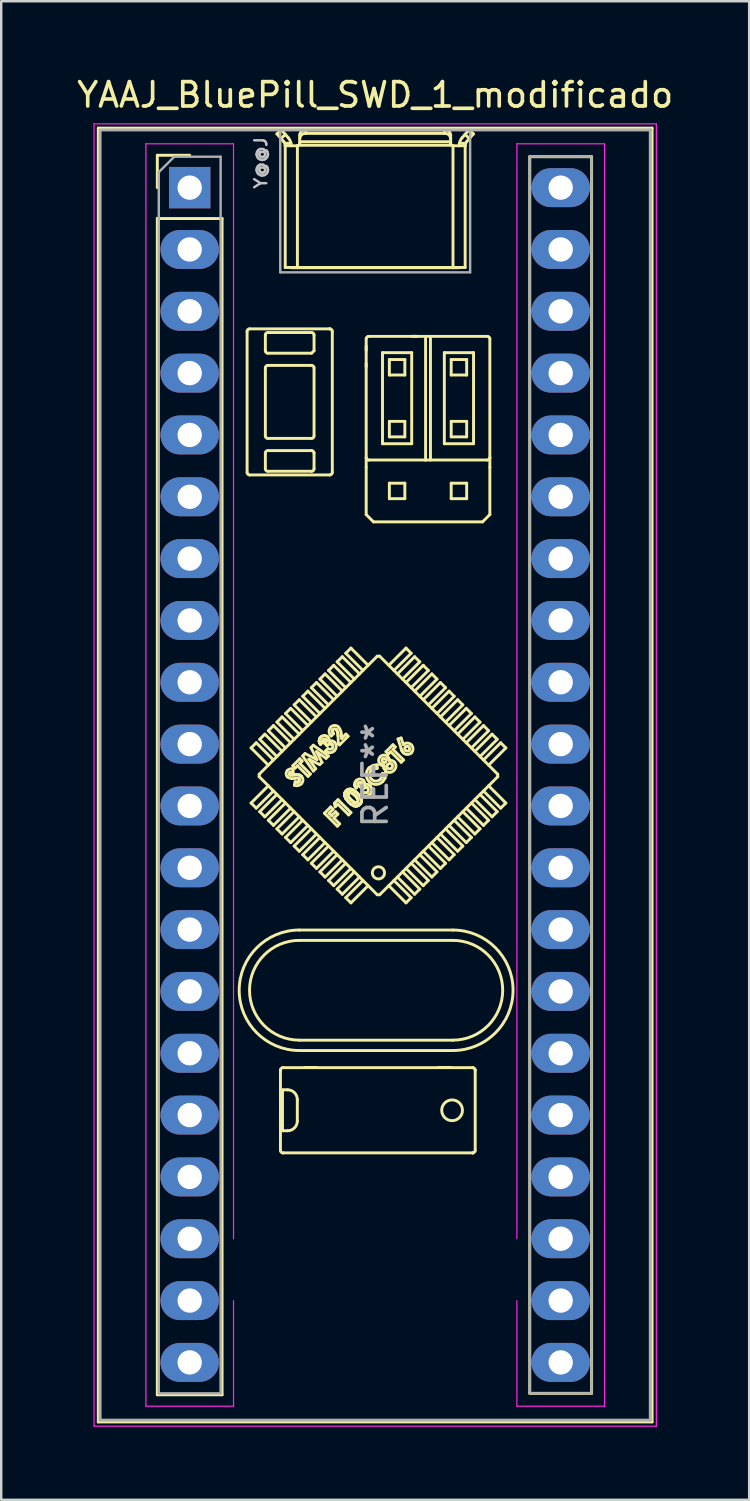
<source format=kicad_pcb>
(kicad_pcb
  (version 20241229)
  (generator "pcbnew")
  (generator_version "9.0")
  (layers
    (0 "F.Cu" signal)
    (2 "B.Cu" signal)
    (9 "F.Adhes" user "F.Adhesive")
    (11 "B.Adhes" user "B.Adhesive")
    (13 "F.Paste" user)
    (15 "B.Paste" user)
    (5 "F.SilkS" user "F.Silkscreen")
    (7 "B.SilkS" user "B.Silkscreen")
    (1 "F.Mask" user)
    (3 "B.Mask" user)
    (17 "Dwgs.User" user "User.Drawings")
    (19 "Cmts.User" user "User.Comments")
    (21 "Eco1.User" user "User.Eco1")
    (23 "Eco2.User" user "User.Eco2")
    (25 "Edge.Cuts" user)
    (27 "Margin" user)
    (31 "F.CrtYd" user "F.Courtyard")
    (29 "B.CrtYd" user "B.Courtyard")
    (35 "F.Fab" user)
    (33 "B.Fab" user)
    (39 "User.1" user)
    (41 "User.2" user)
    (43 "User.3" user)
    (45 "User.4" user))
  (footprint "YAAJ_BluePill_SWD_1_modificado"
    (layer "F.Cu")
    (at 4.743 4.658)
    (property "Reference" "YAAJ_BluePill_SWD_1_modificado" (at 7.62 -3.81 0) (layer "F.SilkS") (effects (font (size 1 1) (thickness 0.15))))
    (attr through_hole)
    (fp_line (start -3.755 -2.445) (end 18.995 -2.445) (stroke (width 0.12) (type solid)) (layer "F.SilkS"))
    (fp_line (start -3.755 50.705) (end -3.755 -2.445) (stroke (width 0.12) (type solid)) (layer "F.SilkS"))
    (fp_line (start -1.33 -1.33) (end 0 -1.33) (stroke (width 0.12) (type solid)) (layer "F.SilkS"))
    (fp_line (start -1.33 0) (end -1.33 -1.33) (stroke (width 0.12) (type solid)) (layer "F.SilkS"))
    (fp_line (start -1.33 1.27) (end 1.33 1.27) (stroke (width 0.12) (type solid)) (layer "F.SilkS"))
    (fp_line (start -1.33 49.59) (end -1.33 1.27) (stroke (width 0.12) (type solid)) (layer "F.SilkS"))
    (fp_line (start 1.33 1.27) (end 1.33 49.59) (stroke (width 0.12) (type solid)) (layer "F.SilkS"))
    (fp_line (start 1.33 49.59) (end -1.33 49.59) (stroke (width 0.12) (type solid)) (layer "F.SilkS"))
    (fp_line (start 2.358 5.902) (end 2.358 11.702) (stroke (width 0.12) (type solid)) (layer "F.SilkS"))
    (fp_line (start 2.458 11.802) (end 5.758 11.802) (stroke (width 0.12) (type solid)) (layer "F.SilkS"))
    (fp_line (start 2.522 23.017) (end 3.229 23.724) (stroke (width 0.12) (type solid)) (layer "F.SilkS"))
    (fp_line (start 2.522 25.28) (end 3.229 24.573) (stroke (width 0.12) (type solid)) (layer "F.SilkS"))
    (fp_line (start 2.734 22.805) (end 2.522 23.017) (stroke (width 0.12) (type solid)) (layer "F.SilkS"))
    (fp_line (start 2.734 22.805) (end 3.441 23.512) (stroke (width 0.12) (type solid)) (layer "F.SilkS"))
    (fp_line (start 2.734 25.492) (end 2.522 25.28) (stroke (width 0.12) (type solid)) (layer "F.SilkS"))
    (fp_line (start 2.734 25.492) (end 3.441 24.785) (stroke (width 0.12) (type solid)) (layer "F.SilkS"))
    (fp_line (start 2.855 24.199) (end 2.855 24.099) (stroke (width 0.12) (type solid)) (layer "F.SilkS"))
    (fp_line (start 2.855 24.199) (end 7.704 29.048) (stroke (width 0.12) (type solid)) (layer "F.SilkS"))
    (fp_line (start 2.875 22.664) (end 3.583 23.371) (stroke (width 0.12) (type solid)) (layer "F.SilkS"))
    (fp_line (start 2.875 25.634) (end 3.583 24.926) (stroke (width 0.12) (type solid)) (layer "F.SilkS"))
    (fp_line (start 3.088 22.452) (end 2.875 22.664) (stroke (width 0.12) (type solid)) (layer "F.SilkS"))
    (fp_line (start 3.088 22.452) (end 3.795 23.159) (stroke (width 0.12) (type solid)) (layer "F.SilkS"))
    (fp_line (start 3.088 25.846) (end 2.875 25.634) (stroke (width 0.12) (type solid)) (layer "F.SilkS"))
    (fp_line (start 3.088 25.846) (end 3.795 25.139) (stroke (width 0.12) (type solid)) (layer "F.SilkS"))
    (fp_line (start 3.108 6.702) (end 3.108 6.052) (stroke (width 0.12) (type solid)) (layer "F.SilkS"))
    (fp_line (start 3.108 10.202) (end 3.108 7.402) (stroke (width 0.12) (type solid)) (layer "F.SilkS"))
    (fp_line (start 3.108 11.552) (end 3.108 10.902) (stroke (width 0.12) (type solid)) (layer "F.SilkS"))
    (fp_line (start 3.208 5.952) (end 5.008 5.952) (stroke (width 0.12) (type solid)) (layer "F.SilkS"))
    (fp_line (start 3.208 7.302) (end 5.008 7.302) (stroke (width 0.12) (type solid)) (layer "F.SilkS"))
    (fp_line (start 3.208 10.802) (end 5.008 10.802) (stroke (width 0.12) (type solid)) (layer "F.SilkS"))
    (fp_line (start 3.229 22.31) (end 3.936 23.017) (stroke (width 0.12) (type solid)) (layer "F.SilkS"))
    (fp_line (start 3.229 25.987) (end 3.936 25.28) (stroke (width 0.12) (type solid)) (layer "F.SilkS"))
    (fp_line (start 3.441 22.098) (end 3.229 22.31) (stroke (width 0.12) (type solid)) (layer "F.SilkS"))
    (fp_line (start 3.441 22.098) (end 4.148 22.805) (stroke (width 0.12) (type solid)) (layer "F.SilkS"))
    (fp_line (start 3.441 26.199) (end 3.229 25.987) (stroke (width 0.12) (type solid)) (layer "F.SilkS"))
    (fp_line (start 3.441 26.199) (end 4.148 25.492) (stroke (width 0.12) (type solid)) (layer "F.SilkS"))
    (fp_line (start 3.583 -2.207) (end 3.861 -1.891) (stroke (width 0.12) (type solid)) (layer "F.SilkS"))
    (fp_line (start 3.583 21.957) (end 4.29 22.664) (stroke (width 0.12) (type solid)) (layer "F.SilkS"))
    (fp_line (start 3.583 26.341) (end 4.29 25.634) (stroke (width 0.12) (type solid)) (layer "F.SilkS"))
    (fp_line (start 3.728 36.253) (end 3.728 39.553) (stroke (width 0.12) (type solid)) (layer "F.SilkS"))
    (fp_line (start 3.728 36.252) (end 3.728 36.253) (stroke (width 0.12) (type solid)) (layer "F.SilkS"))
    (fp_line (start 3.748 -2.02) (end 3.933 -2.182) (stroke (width 0.12) (type solid)) (layer "F.SilkS"))
    (fp_line (start 3.767 -2.37) (end 3.583 -2.207) (stroke (width 0.12) (type solid)) (layer "F.SilkS"))
    (fp_line (start 3.795 21.744) (end 3.583 21.957) (stroke (width 0.12) (type solid)) (layer "F.SilkS"))
    (fp_line (start 3.795 21.744) (end 4.502 22.452) (stroke (width 0.12) (type solid)) (layer "F.SilkS"))
    (fp_line (start 3.795 26.553) (end 3.583 26.341) (stroke (width 0.12) (type solid)) (layer "F.SilkS"))
    (fp_line (start 3.795 26.553) (end 4.502 25.846) (stroke (width 0.12) (type solid)) (layer "F.SilkS"))
    (fp_line (start 3.812 38.544) (end 3.812 37.262) (stroke (width 0.12) (type solid)) (layer "F.SilkS"))
    (fp_line (start 3.827 39.653) (end 3.828 39.653) (stroke (width 0.12) (type solid)) (layer "F.SilkS"))
    (fp_line (start 3.828 36.153) (end 3.827 36.153) (stroke (width 0.12) (type solid)) (layer "F.SilkS"))
    (fp_line (start 3.828 36.153) (end 11.628 36.153) (stroke (width 0.12) (type solid)) (layer "F.SilkS"))
    (fp_line (start 3.828 39.653) (end 11.628 39.653) (stroke (width 0.12) (type solid)) (layer "F.SilkS"))
    (fp_line (start 3.834 38.744) (end 4.021 38.744) (stroke (width 0.12) (type solid)) (layer "F.SilkS"))
    (fp_line (start 3.924 -1.728) (end 3.929 -1.72) (stroke (width 0.12) (type solid)) (layer "F.SilkS"))
    (fp_line (start 3.924 -1.726) (end 3.924 -1.728) (stroke (width 0.12) (type solid)) (layer "F.SilkS"))
    (fp_line (start 3.924 -1.726) (end 3.924 3.28) (stroke (width 0.12) (type solid)) (layer "F.SilkS"))
    (fp_line (start 3.929 -1.72) (end 3.93 -1.72) (stroke (width 0.12) (type solid)) (layer "F.SilkS"))
    (fp_line (start 3.93 -1.72) (end 4.42 -1.72) (stroke (width 0.12) (type solid)) (layer "F.SilkS"))
    (fp_line (start 3.936 21.603) (end 4.643 22.31) (stroke (width 0.12) (type solid)) (layer "F.SilkS"))
    (fp_line (start 3.936 26.694) (end 4.643 25.987) (stroke (width 0.12) (type solid)) (layer "F.SilkS"))
    (fp_line (start 4.021 37.062) (end 3.834 37.062) (stroke (width 0.12) (type solid)) (layer "F.SilkS"))
    (fp_line (start 4.045 -2.055) (end 3.767 -2.37) (stroke (width 0.12) (type solid)) (layer "F.SilkS"))
    (fp_line (start 4.108 24.11) (end 4.126 24.122) (stroke (width 0.12) (type solid)) (layer "F.SilkS"))
    (fp_line (start 4.108 24.11) (end 4.126 24.122) (stroke (width 0.12) (type solid)) (layer "F.SilkS"))
    (fp_line (start 4.126 24.122) (end 4.142 24.127) (stroke (width 0.12) (type solid)) (layer "F.SilkS"))
    (fp_line (start 4.126 24.122) (end 4.142 24.127) (stroke (width 0.12) (type solid)) (layer "F.SilkS"))
    (fp_line (start 4.142 24.127) (end 4.221 24.127) (stroke (width 0.12) (type solid)) (layer "F.SilkS"))
    (fp_line (start 4.142 24.127) (end 4.221 24.127) (stroke (width 0.12) (type solid)) (layer "F.SilkS"))
    (fp_line (start 4.148 21.391) (end 3.936 21.603) (stroke (width 0.12) (type solid)) (layer "F.SilkS"))
    (fp_line (start 4.148 21.391) (end 4.855 22.098) (stroke (width 0.12) (type solid)) (layer "F.SilkS"))
    (fp_line (start 4.148 26.906) (end 3.936 26.694) (stroke (width 0.12) (type solid)) (layer "F.SilkS"))
    (fp_line (start 4.148 26.906) (end 4.855 26.199) (stroke (width 0.12) (type solid)) (layer "F.SilkS"))
    (fp_line (start 4.161 -1.82) (end 3.905 -1.82) (stroke (width 0.12) (type solid)) (layer "F.SilkS"))
    (fp_line (start 4.17 -1.72) (end 4.17 -1.724) (stroke (width 0.12) (type solid)) (layer "F.SilkS"))
    (fp_line (start 4.221 24.127) (end 4.283 24.123) (stroke (width 0.12) (type solid)) (layer "F.SilkS"))
    (fp_line (start 4.221 24.127) (end 4.283 24.123) (stroke (width 0.12) (type solid)) (layer "F.SilkS"))
    (fp_line (start 4.236 23.749) (end 4.522 23.463) (stroke (width 0.12) (type solid)) (layer "F.SilkS"))
    (fp_line (start 4.253 23.874) (end 4.247 24.011) (stroke (width 0.12) (type solid)) (layer "F.SilkS"))
    (fp_line (start 4.283 24.123) (end 4.355 24.118) (stroke (width 0.12) (type solid)) (layer "F.SilkS"))
    (fp_line (start 4.283 24.123) (end 4.355 24.118) (stroke (width 0.12) (type solid)) (layer "F.SilkS"))
    (fp_line (start 4.29 21.249) (end 4.997 21.957) (stroke (width 0.12) (type solid)) (layer "F.SilkS"))
    (fp_line (start 4.29 27.048) (end 4.997 26.341) (stroke (width 0.12) (type solid)) (layer "F.SilkS"))
    (fp_line (start 4.3 24.547) (end 4.334 24.413) (stroke (width 0.12) (type solid)) (layer "F.SilkS"))
    (fp_line (start 4.331 23.844) (end 4.236 23.749) (stroke (width 0.12) (type solid)) (layer "F.SilkS"))
    (fp_line (start 4.334 24.413) (end 4.424 24.424) (stroke (width 0.12) (type solid)) (layer "F.SilkS"))
    (fp_line (start 4.334 24.413) (end 4.424 24.424) (stroke (width 0.12) (type solid)) (layer "F.SilkS"))
    (fp_line (start 4.355 24.118) (end 4.412 24.116) (stroke (width 0.12) (type solid)) (layer "F.SilkS"))
    (fp_line (start 4.355 24.118) (end 4.412 24.116) (stroke (width 0.12) (type solid)) (layer "F.SilkS"))
    (fp_line (start 4.412 24.116) (end 4.518 24.135) (stroke (width 0.12) (type solid)) (layer "F.SilkS"))
    (fp_line (start 4.412 24.116) (end 4.518 24.135) (stroke (width 0.12) (type solid)) (layer "F.SilkS"))
    (fp_line (start 4.42 -1.72) (end 4.424 -1.72) (stroke (width 0.12) (type solid)) (layer "F.SilkS"))
    (fp_line (start 4.421 37.462) (end 4.421 38.344) (stroke (width 0.12) (type solid)) (layer "F.SilkS"))
    (fp_line (start 4.424 -1.72) (end 4.424 3.29) (stroke (width 0.12) (type solid)) (layer "F.SilkS"))
    (fp_line (start 4.424 24.424) (end 4.459 24.415) (stroke (width 0.12) (type solid)) (layer "F.SilkS"))
    (fp_line (start 4.424 24.424) (end 4.459 24.415) (stroke (width 0.12) (type solid)) (layer "F.SilkS"))
    (fp_line (start 4.427 23.749) (end 4.331 23.844) (stroke (width 0.12) (type solid)) (layer "F.SilkS"))
    (fp_line (start 4.459 24.415) (end 4.489 24.394) (stroke (width 0.12) (type solid)) (layer "F.SilkS"))
    (fp_line (start 4.459 24.415) (end 4.489 24.394) (stroke (width 0.12) (type solid)) (layer "F.SilkS"))
    (fp_line (start 4.502 21.037) (end 4.29 21.249) (stroke (width 0.12) (type solid)) (layer "F.SilkS"))
    (fp_line (start 4.502 21.037) (end 5.209 21.744) (stroke (width 0.12) (type solid)) (layer "F.SilkS"))
    (fp_line (start 4.502 27.26) (end 4.29 27.048) (stroke (width 0.12) (type solid)) (layer "F.SilkS"))
    (fp_line (start 4.502 27.26) (end 5.209 26.553) (stroke (width 0.12) (type solid)) (layer "F.SilkS"))
    (fp_line (start 4.508 30.923) (end 10.808 30.923) (stroke (width 0.12) (type solid)) (layer "F.SilkS"))
    (fp_line (start 4.508 35.448) (end 10.808 35.448) (stroke (width 0.12) (type solid)) (layer "F.SilkS"))
    (fp_line (start 4.518 24.135) (end 4.588 24.183) (stroke (width 0.12) (type solid)) (layer "F.SilkS"))
    (fp_line (start 4.518 24.135) (end 4.588 24.183) (stroke (width 0.12) (type solid)) (layer "F.SilkS"))
    (fp_line (start 4.52 -2.165) (end 4.52 -1.82) (stroke (width 0.12) (type solid)) (layer "F.SilkS"))
    (fp_line (start 4.52 -1.885) (end 10.72 -1.885) (stroke (width 0.12) (type solid)) (layer "F.SilkS"))
    (fp_line (start 4.522 23.463) (end 4.617 23.559) (stroke (width 0.12) (type solid)) (layer "F.SilkS"))
    (fp_line (start 4.522 23.654) (end 4.957 24.089) (stroke (width 0.12) (type solid)) (layer "F.SilkS"))
    (fp_line (start 4.617 23.559) (end 4.522 23.654) (stroke (width 0.12) (type solid)) (layer "F.SilkS"))
    (fp_line (start 4.639 23.347) (end 4.737 23.248) (stroke (width 0.12) (type solid)) (layer "F.SilkS"))
    (fp_line (start 4.643 20.896) (end 5.35 21.603) (stroke (width 0.12) (type solid)) (layer "F.SilkS"))
    (fp_line (start 4.643 27.401) (end 5.35 26.694) (stroke (width 0.12) (type solid)) (layer "F.SilkS"))
    (fp_line (start 4.737 23.248) (end 5.228 23.497) (stroke (width 0.12) (type solid)) (layer "F.SilkS"))
    (fp_line (start 4.77 -2.227) (end 4.77 -2.37) (stroke (width 0.12) (type solid)) (layer "F.SilkS"))
    (fp_line (start 4.855 20.684) (end 4.643 20.896) (stroke (width 0.12) (type solid)) (layer "F.SilkS"))
    (fp_line (start 4.855 20.684) (end 5.562 21.391) (stroke (width 0.12) (type solid)) (layer "F.SilkS"))
    (fp_line (start 4.855 27.613) (end 4.643 27.401) (stroke (width 0.12) (type solid)) (layer "F.SilkS"))
    (fp_line (start 4.855 27.613) (end 5.562 26.906) (stroke (width 0.12) (type solid)) (layer "F.SilkS"))
    (fp_line (start 4.862 24.184) (end 4.427 23.749) (stroke (width 0.12) (type solid)) (layer "F.SilkS"))
    (fp_line (start 4.897 23.479) (end 5.176 23.87) (stroke (width 0.12) (type solid)) (layer "F.SilkS"))
    (fp_line (start 4.957 24.089) (end 4.862 24.184) (stroke (width 0.12) (type solid)) (layer "F.SilkS"))
    (fp_line (start 4.98 23.005) (end 5.078 22.907) (stroke (width 0.12) (type solid)) (layer "F.SilkS"))
    (fp_line (start 4.997 20.542) (end 5.704 21.249) (stroke (width 0.12) (type solid)) (layer "F.SilkS"))
    (fp_line (start 4.997 27.755) (end 5.704 27.048) (stroke (width 0.12) (type solid)) (layer "F.SilkS"))
    (fp_line (start 5.008 6.802) (end 3.208 6.802) (stroke (width 0.12) (type solid)) (layer "F.SilkS"))
    (fp_line (start 5.008 6.802) (end 5.108 6.702) (stroke (width 0.12) (type solid)) (layer "F.SilkS"))
    (fp_line (start 5.008 10.302) (end 3.208 10.302) (stroke (width 0.12) (type solid)) (layer "F.SilkS"))
    (fp_line (start 5.008 11.652) (end 3.208 11.652) (stroke (width 0.12) (type solid)) (layer "F.SilkS"))
    (fp_line (start 5.078 22.907) (end 5.698 23.348) (stroke (width 0.12) (type solid)) (layer "F.SilkS"))
    (fp_line (start 5.079 23.967) (end 4.639 23.347) (stroke (width 0.12) (type solid)) (layer "F.SilkS"))
    (fp_line (start 5.108 6.052) (end 5.108 6.702) (stroke (width 0.12) (type solid)) (layer "F.SilkS"))
    (fp_line (start 5.108 7.402) (end 5.108 10.202) (stroke (width 0.12) (type solid)) (layer "F.SilkS"))
    (fp_line (start 5.108 10.902) (end 5.108 11.552) (stroke (width 0.12) (type solid)) (layer "F.SilkS"))
    (fp_line (start 5.176 23.87) (end 5.079 23.967) (stroke (width 0.12) (type solid)) (layer "F.SilkS"))
    (fp_line (start 5.209 20.33) (end 4.997 20.542) (stroke (width 0.12) (type solid)) (layer "F.SilkS"))
    (fp_line (start 5.209 20.33) (end 5.916 21.037) (stroke (width 0.12) (type solid)) (layer "F.SilkS"))
    (fp_line (start 5.209 27.967) (end 4.997 27.755) (stroke (width 0.12) (type solid)) (layer "F.SilkS"))
    (fp_line (start 5.209 27.967) (end 5.916 27.26) (stroke (width 0.12) (type solid)) (layer "F.SilkS"))
    (fp_line (start 5.21 23.166) (end 5.435 23.611) (stroke (width 0.12) (type solid)) (layer "F.SilkS"))
    (fp_line (start 5.228 36.143) (end 4.728 36.143) (stroke (width 0.12) (type solid)) (layer "F.SilkS"))
    (fp_line (start 5.228 23.497) (end 4.98 23.005) (stroke (width 0.12) (type solid)) (layer "F.SilkS"))
    (fp_line (start 5.319 22.738) (end 5.339 22.637) (stroke (width 0.12) (type solid)) (layer "F.SilkS"))
    (fp_line (start 5.319 22.738) (end 5.339 22.637) (stroke (width 0.12) (type solid)) (layer "F.SilkS"))
    (fp_line (start 5.331 22.801) (end 5.319 22.738) (stroke (width 0.12) (type solid)) (layer "F.SilkS"))
    (fp_line (start 5.331 22.801) (end 5.319 22.738) (stroke (width 0.12) (type solid)) (layer "F.SilkS"))
    (fp_line (start 5.339 22.637) (end 5.387 22.571) (stroke (width 0.12) (type solid)) (layer "F.SilkS"))
    (fp_line (start 5.339 22.637) (end 5.387 22.571) (stroke (width 0.12) (type solid)) (layer "F.SilkS"))
    (fp_line (start 5.342 23.704) (end 4.897 23.479) (stroke (width 0.12) (type solid)) (layer "F.SilkS"))
    (fp_line (start 5.35 20.189) (end 6.057 20.896) (stroke (width 0.12) (type solid)) (layer "F.SilkS"))
    (fp_line (start 5.35 28.108) (end 6.057 27.401) (stroke (width 0.12) (type solid)) (layer "F.SilkS"))
    (fp_line (start 5.372 22.872) (end 5.331 22.801) (stroke (width 0.12) (type solid)) (layer "F.SilkS"))
    (fp_line (start 5.372 22.872) (end 5.331 22.801) (stroke (width 0.12) (type solid)) (layer "F.SilkS"))
    (fp_line (start 5.435 23.611) (end 5.342 23.704) (stroke (width 0.12) (type solid)) (layer "F.SilkS"))
    (fp_line (start 5.467 22.777) (end 5.372 22.872) (stroke (width 0.12) (type solid)) (layer "F.SilkS"))
    (fp_line (start 5.535 25.7) (end 5.793 25.442) (stroke (width 0.12) (type solid)) (layer "F.SilkS"))
    (fp_line (start 5.549 22.831) (end 5.6 22.752) (stroke (width 0.12) (type solid)) (layer "F.SilkS"))
    (fp_line (start 5.549 22.831) (end 5.6 22.752) (stroke (width 0.12) (type solid)) (layer "F.SilkS"))
    (fp_line (start 5.562 19.977) (end 5.35 20.189) (stroke (width 0.12) (type solid)) (layer "F.SilkS"))
    (fp_line (start 5.562 19.977) (end 6.27 20.684) (stroke (width 0.12) (type solid)) (layer "F.SilkS"))
    (fp_line (start 5.562 28.321) (end 5.35 28.108) (stroke (width 0.12) (type solid)) (layer "F.SilkS"))
    (fp_line (start 5.562 28.321) (end 6.27 27.613) (stroke (width 0.12) (type solid)) (layer "F.SilkS"))
    (fp_line (start 5.583 23.137) (end 5.678 23.042) (stroke (width 0.12) (type solid)) (layer "F.SilkS"))
    (fp_line (start 5.598 22.683) (end 5.585 22.664) (stroke (width 0.12) (type solid)) (layer "F.SilkS"))
    (fp_line (start 5.598 22.683) (end 5.585 22.664) (stroke (width 0.12) (type solid)) (layer "F.SilkS"))
    (fp_line (start 5.6 22.752) (end 5.605 22.706) (stroke (width 0.12) (type solid)) (layer "F.SilkS"))
    (fp_line (start 5.6 22.752) (end 5.605 22.706) (stroke (width 0.12) (type solid)) (layer "F.SilkS"))
    (fp_line (start 5.602 23.444) (end 5.21 23.166) (stroke (width 0.12) (type solid)) (layer "F.SilkS"))
    (fp_line (start 5.605 22.706) (end 5.598 22.683) (stroke (width 0.12) (type solid)) (layer "F.SilkS"))
    (fp_line (start 5.605 22.706) (end 5.598 22.683) (stroke (width 0.12) (type solid)) (layer "F.SilkS"))
    (fp_line (start 5.637 22.92) (end 5.549 22.831) (stroke (width 0.12) (type solid)) (layer "F.SilkS"))
    (fp_line (start 5.698 23.348) (end 5.602 23.444) (stroke (width 0.12) (type solid)) (layer "F.SilkS"))
    (fp_line (start 5.704 19.835) (end 6.411 20.542) (stroke (width 0.12) (type solid)) (layer "F.SilkS"))
    (fp_line (start 5.704 28.462) (end 6.411 27.755) (stroke (width 0.12) (type solid)) (layer "F.SilkS"))
    (fp_line (start 5.725 25.7) (end 5.827 25.802) (stroke (width 0.12) (type solid)) (layer "F.SilkS"))
    (fp_line (start 5.738 22.854) (end 5.637 22.92) (stroke (width 0.12) (type solid)) (layer "F.SilkS"))
    (fp_line (start 5.738 22.854) (end 5.637 22.92) (stroke (width 0.12) (type solid)) (layer "F.SilkS"))
    (fp_line (start 5.758 5.802) (end 2.458 5.802) (stroke (width 0.12) (type solid)) (layer "F.SilkS"))
    (fp_line (start 5.762 5.802) (end 5.758 5.802) (stroke (width 0.12) (type solid)) (layer "F.SilkS"))
    (fp_line (start 5.793 25.442) (end 5.888 25.537) (stroke (width 0.12) (type solid)) (layer "F.SilkS"))
    (fp_line (start 5.798 22.849) (end 5.738 22.854) (stroke (width 0.12) (type solid)) (layer "F.SilkS"))
    (fp_line (start 5.798 22.849) (end 5.738 22.854) (stroke (width 0.12) (type solid)) (layer "F.SilkS"))
    (fp_line (start 5.827 25.802) (end 5.99 25.639) (stroke (width 0.12) (type solid)) (layer "F.SilkS"))
    (fp_line (start 5.827 22.858) (end 5.798 22.849) (stroke (width 0.12) (type solid)) (layer "F.SilkS"))
    (fp_line (start 5.827 22.858) (end 5.798 22.849) (stroke (width 0.12) (type solid)) (layer "F.SilkS"))
    (fp_line (start 5.852 22.876) (end 5.827 22.858) (stroke (width 0.12) (type solid)) (layer "F.SilkS"))
    (fp_line (start 5.852 22.876) (end 5.827 22.858) (stroke (width 0.12) (type solid)) (layer "F.SilkS"))
    (fp_line (start 5.858 11.702) (end 5.858 5.902) (stroke (width 0.12) (type solid)) (layer "F.SilkS"))
    (fp_line (start 5.862 22.307) (end 5.866 22.36) (stroke (width 0.12) (type solid)) (layer "F.SilkS"))
    (fp_line (start 5.862 22.307) (end 5.866 22.36) (stroke (width 0.12) (type solid)) (layer "F.SilkS"))
    (fp_line (start 5.866 22.36) (end 5.909 22.43) (stroke (width 0.12) (type solid)) (layer "F.SilkS"))
    (fp_line (start 5.866 22.36) (end 5.909 22.43) (stroke (width 0.12) (type solid)) (layer "F.SilkS"))
    (fp_line (start 5.887 22.261) (end 5.862 22.307) (stroke (width 0.12) (type solid)) (layer "F.SilkS"))
    (fp_line (start 5.887 22.261) (end 5.862 22.307) (stroke (width 0.12) (type solid)) (layer "F.SilkS"))
    (fp_line (start 5.888 25.537) (end 5.725 25.7) (stroke (width 0.12) (type solid)) (layer "F.SilkS"))
    (fp_line (start 5.909 22.43) (end 5.814 22.525) (stroke (width 0.12) (type solid)) (layer "F.SilkS"))
    (fp_line (start 5.916 19.623) (end 5.704 19.835) (stroke (width 0.12) (type solid)) (layer "F.SilkS"))
    (fp_line (start 5.916 19.623) (end 6.623 20.33) (stroke (width 0.12) (type solid)) (layer "F.SilkS"))
    (fp_line (start 5.916 28.674) (end 5.704 28.462) (stroke (width 0.12) (type solid)) (layer "F.SilkS"))
    (fp_line (start 5.916 28.674) (end 6.623 27.967) (stroke (width 0.12) (type solid)) (layer "F.SilkS"))
    (fp_line (start 5.922 25.898) (end 6.16 26.136) (stroke (width 0.12) (type solid)) (layer "F.SilkS"))
    (fp_line (start 5.945 25.29) (end 6.092 25.143) (stroke (width 0.12) (type solid)) (layer "F.SilkS"))
    (fp_line (start 5.977 25.435) (end 5.945 25.29) (stroke (width 0.12) (type solid)) (layer "F.SilkS"))
    (fp_line (start 5.99 25.639) (end 6.086 25.734) (stroke (width 0.12) (type solid)) (layer "F.SilkS"))
    (fp_line (start 6.057 19.482) (end 6.765 20.189) (stroke (width 0.12) (type solid)) (layer "F.SilkS"))
    (fp_line (start 6.057 28.815) (end 6.765 28.108) (stroke (width 0.12) (type solid)) (layer "F.SilkS"))
    (fp_line (start 6.065 26.231) (end 5.535 25.7) (stroke (width 0.12) (type solid)) (layer "F.SilkS"))
    (fp_line (start 6.08 22.368) (end 6.027 22.263) (stroke (width 0.12) (type solid)) (layer "F.SilkS"))
    (fp_line (start 6.08 22.368) (end 6.027 22.263) (stroke (width 0.12) (type solid)) (layer "F.SilkS"))
    (fp_line (start 6.086 25.326) (end 5.977 25.435) (stroke (width 0.12) (type solid)) (layer "F.SilkS"))
    (fp_line (start 6.086 25.734) (end 5.922 25.898) (stroke (width 0.12) (type solid)) (layer "F.SilkS"))
    (fp_line (start 6.092 25.143) (end 6.623 25.673) (stroke (width 0.12) (type solid)) (layer "F.SilkS"))
    (fp_line (start 6.095 22.52) (end 6.08 22.368) (stroke (width 0.12) (type solid)) (layer "F.SilkS"))
    (fp_line (start 6.095 22.52) (end 6.08 22.368) (stroke (width 0.12) (type solid)) (layer "F.SilkS"))
    (fp_line (start 6.105 22.844) (end 6.095 22.52) (stroke (width 0.12) (type solid)) (layer "F.SilkS"))
    (fp_line (start 6.154 22.892) (end 6.105 22.844) (stroke (width 0.12) (type solid)) (layer "F.SilkS"))
    (fp_line (start 6.16 26.136) (end 6.065 26.231) (stroke (width 0.12) (type solid)) (layer "F.SilkS"))
    (fp_line (start 6.232 22.51) (end 6.24 22.629) (stroke (width 0.12) (type solid)) (layer "F.SilkS"))
    (fp_line (start 6.24 22.629) (end 6.419 22.45) (stroke (width 0.12) (type solid)) (layer "F.SilkS"))
    (fp_line (start 6.27 19.27) (end 6.057 19.482) (stroke (width 0.12) (type solid)) (layer "F.SilkS"))
    (fp_line (start 6.27 19.27) (end 6.977 19.977) (stroke (width 0.12) (type solid)) (layer "F.SilkS"))
    (fp_line (start 6.27 29.028) (end 6.057 28.815) (stroke (width 0.12) (type solid)) (layer "F.SilkS"))
    (fp_line (start 6.27 29.028) (end 6.977 28.321) (stroke (width 0.12) (type solid)) (layer "F.SilkS"))
    (fp_line (start 6.365 24.988) (end 6.373 24.863) (stroke (width 0.12) (type solid)) (layer "F.SilkS"))
    (fp_line (start 6.365 24.988) (end 6.373 24.863) (stroke (width 0.12) (type solid)) (layer "F.SilkS"))
    (fp_line (start 6.373 24.863) (end 6.427 24.781) (stroke (width 0.12) (type solid)) (layer "F.SilkS"))
    (fp_line (start 6.373 24.863) (end 6.427 24.781) (stroke (width 0.12) (type solid)) (layer "F.SilkS"))
    (fp_line (start 6.411 19.128) (end 7.118 19.835) (stroke (width 0.12) (type solid)) (layer "F.SilkS"))
    (fp_line (start 6.411 29.169) (end 7.118 28.462) (stroke (width 0.12) (type solid)) (layer "F.SilkS"))
    (fp_line (start 6.419 22.45) (end 6.507 22.539) (stroke (width 0.12) (type solid)) (layer "F.SilkS"))
    (fp_line (start 6.421 25.111) (end 6.365 24.988) (stroke (width 0.12) (type solid)) (layer "F.SilkS"))
    (fp_line (start 6.421 25.111) (end 6.365 24.988) (stroke (width 0.12) (type solid)) (layer "F.SilkS"))
    (fp_line (start 6.427 24.781) (end 6.48 24.74) (stroke (width 0.12) (type solid)) (layer "F.SilkS"))
    (fp_line (start 6.427 24.781) (end 6.48 24.74) (stroke (width 0.12) (type solid)) (layer "F.SilkS"))
    (fp_line (start 6.48 24.74) (end 6.541 24.715) (stroke (width 0.12) (type solid)) (layer "F.SilkS"))
    (fp_line (start 6.48 24.74) (end 6.541 24.715) (stroke (width 0.12) (type solid)) (layer "F.SilkS"))
    (fp_line (start 6.496 24.948) (end 6.524 25.024) (stroke (width 0.12) (type solid)) (layer "F.SilkS"))
    (fp_line (start 6.496 24.948) (end 6.524 25.024) (stroke (width 0.12) (type solid)) (layer "F.SilkS"))
    (fp_line (start 6.503 24.908) (end 6.496 24.948) (stroke (width 0.12) (type solid)) (layer "F.SilkS"))
    (fp_line (start 6.503 24.908) (end 6.496 24.948) (stroke (width 0.12) (type solid)) (layer "F.SilkS"))
    (fp_line (start 6.507 22.539) (end 6.154 22.892) (stroke (width 0.12) (type solid)) (layer "F.SilkS"))
    (fp_line (start 6.524 25.024) (end 6.629 25.149) (stroke (width 0.12) (type solid)) (layer "F.SilkS"))
    (fp_line (start 6.524 25.024) (end 6.629 25.149) (stroke (width 0.12) (type solid)) (layer "F.SilkS"))
    (fp_line (start 6.525 24.874) (end 6.503 24.908) (stroke (width 0.12) (type solid)) (layer "F.SilkS"))
    (fp_line (start 6.525 24.874) (end 6.503 24.908) (stroke (width 0.12) (type solid)) (layer "F.SilkS"))
    (fp_line (start 6.528 25.768) (end 6.086 25.326) (stroke (width 0.12) (type solid)) (layer "F.SilkS"))
    (fp_line (start 6.533 25.243) (end 6.421 25.111) (stroke (width 0.12) (type solid)) (layer "F.SilkS"))
    (fp_line (start 6.533 25.243) (end 6.421 25.111) (stroke (width 0.12) (type solid)) (layer "F.SilkS"))
    (fp_line (start 6.541 24.715) (end 6.608 24.71) (stroke (width 0.12) (type solid)) (layer "F.SilkS"))
    (fp_line (start 6.541 24.715) (end 6.608 24.71) (stroke (width 0.12) (type solid)) (layer "F.SilkS"))
    (fp_line (start 6.558 24.852) (end 6.525 24.874) (stroke (width 0.12) (type solid)) (layer "F.SilkS"))
    (fp_line (start 6.558 24.852) (end 6.525 24.874) (stroke (width 0.12) (type solid)) (layer "F.SilkS"))
    (fp_line (start 6.597 24.848) (end 6.558 24.852) (stroke (width 0.12) (type solid)) (layer "F.SilkS"))
    (fp_line (start 6.597 24.848) (end 6.558 24.852) (stroke (width 0.12) (type solid)) (layer "F.SilkS"))
    (fp_line (start 6.608 24.71) (end 6.673 24.725) (stroke (width 0.12) (type solid)) (layer "F.SilkS"))
    (fp_line (start 6.608 24.71) (end 6.673 24.725) (stroke (width 0.12) (type solid)) (layer "F.SilkS"))
    (fp_line (start 6.623 25.673) (end 6.528 25.768) (stroke (width 0.12) (type solid)) (layer "F.SilkS"))
    (fp_line (start 6.623 18.916) (end 6.411 19.128) (stroke (width 0.12) (type solid)) (layer "F.SilkS"))
    (fp_line (start 6.623 18.916) (end 7.33 19.623) (stroke (width 0.12) (type solid)) (layer "F.SilkS"))
    (fp_line (start 6.623 29.381) (end 6.411 29.169) (stroke (width 0.12) (type solid)) (layer "F.SilkS"))
    (fp_line (start 6.623 29.381) (end 7.33 28.674) (stroke (width 0.12) (type solid)) (layer "F.SilkS"))
    (fp_line (start 6.629 25.149) (end 6.749 25.246) (stroke (width 0.12) (type solid)) (layer "F.SilkS"))
    (fp_line (start 6.629 25.149) (end 6.749 25.246) (stroke (width 0.12) (type solid)) (layer "F.SilkS"))
    (fp_line (start 6.631 25.331) (end 6.533 25.243) (stroke (width 0.12) (type solid)) (layer "F.SilkS"))
    (fp_line (start 6.631 25.331) (end 6.533 25.243) (stroke (width 0.12) (type solid)) (layer "F.SilkS"))
    (fp_line (start 6.671 24.873) (end 6.597 24.848) (stroke (width 0.12) (type solid)) (layer "F.SilkS"))
    (fp_line (start 6.671 24.873) (end 6.597 24.848) (stroke (width 0.12) (type solid)) (layer "F.SilkS"))
    (fp_line (start 6.673 24.725) (end 6.788 24.789) (stroke (width 0.12) (type solid)) (layer "F.SilkS"))
    (fp_line (start 6.673 24.725) (end 6.788 24.789) (stroke (width 0.12) (type solid)) (layer "F.SilkS"))
    (fp_line (start 6.746 25.394) (end 6.631 25.331) (stroke (width 0.12) (type solid)) (layer "F.SilkS"))
    (fp_line (start 6.746 25.394) (end 6.631 25.331) (stroke (width 0.12) (type solid)) (layer "F.SilkS"))
    (fp_line (start 6.749 25.246) (end 6.822 25.268) (stroke (width 0.12) (type solid)) (layer "F.SilkS"))
    (fp_line (start 6.749 25.246) (end 6.822 25.268) (stroke (width 0.12) (type solid)) (layer "F.SilkS"))
    (fp_line (start 6.781 24.526) (end 6.801 24.425) (stroke (width 0.12) (type solid)) (layer "F.SilkS"))
    (fp_line (start 6.781 24.526) (end 6.801 24.425) (stroke (width 0.12) (type solid)) (layer "F.SilkS"))
    (fp_line (start 6.788 24.789) (end 6.888 24.878) (stroke (width 0.12) (type solid)) (layer "F.SilkS"))
    (fp_line (start 6.788 24.789) (end 6.888 24.878) (stroke (width 0.12) (type solid)) (layer "F.SilkS"))
    (fp_line (start 6.793 24.973) (end 6.671 24.873) (stroke (width 0.12) (type solid)) (layer "F.SilkS"))
    (fp_line (start 6.793 24.973) (end 6.671 24.873) (stroke (width 0.12) (type solid)) (layer "F.SilkS"))
    (fp_line (start 6.793 24.589) (end 6.781 24.526) (stroke (width 0.12) (type solid)) (layer "F.SilkS"))
    (fp_line (start 6.793 24.589) (end 6.781 24.526) (stroke (width 0.12) (type solid)) (layer "F.SilkS"))
    (fp_line (start 6.801 24.425) (end 6.849 24.359) (stroke (width 0.12) (type solid)) (layer "F.SilkS"))
    (fp_line (start 6.801 24.425) (end 6.849 24.359) (stroke (width 0.12) (type solid)) (layer "F.SilkS"))
    (fp_line (start 6.811 25.407) (end 6.746 25.394) (stroke (width 0.12) (type solid)) (layer "F.SilkS"))
    (fp_line (start 6.811 25.407) (end 6.746 25.394) (stroke (width 0.12) (type solid)) (layer "F.SilkS"))
    (fp_line (start 6.822 25.268) (end 6.86 25.262) (stroke (width 0.12) (type solid)) (layer "F.SilkS"))
    (fp_line (start 6.822 25.268) (end 6.86 25.262) (stroke (width 0.12) (type solid)) (layer "F.SilkS"))
    (fp_line (start 6.834 24.66) (end 6.793 24.589) (stroke (width 0.12) (type solid)) (layer "F.SilkS"))
    (fp_line (start 6.834 24.66) (end 6.793 24.589) (stroke (width 0.12) (type solid)) (layer "F.SilkS"))
    (fp_line (start 6.856 25.043) (end 6.793 24.973) (stroke (width 0.12) (type solid)) (layer "F.SilkS"))
    (fp_line (start 6.856 25.043) (end 6.793 24.973) (stroke (width 0.12) (type solid)) (layer "F.SilkS"))
    (fp_line (start 6.86 25.262) (end 6.892 25.241) (stroke (width 0.12) (type solid)) (layer "F.SilkS"))
    (fp_line (start 6.86 25.262) (end 6.892 25.241) (stroke (width 0.12) (type solid)) (layer "F.SilkS"))
    (fp_line (start 6.876 25.402) (end 6.811 25.407) (stroke (width 0.12) (type solid)) (layer "F.SilkS"))
    (fp_line (start 6.876 25.402) (end 6.811 25.407) (stroke (width 0.12) (type solid)) (layer "F.SilkS"))
    (fp_line (start 6.888 24.878) (end 6.976 24.977) (stroke (width 0.12) (type solid)) (layer "F.SilkS"))
    (fp_line (start 6.888 24.878) (end 6.976 24.977) (stroke (width 0.12) (type solid)) (layer "F.SilkS"))
    (fp_line (start 6.914 25.146) (end 6.856 25.043) (stroke (width 0.12) (type solid)) (layer "F.SilkS"))
    (fp_line (start 6.914 25.146) (end 6.856 25.043) (stroke (width 0.12) (type solid)) (layer "F.SilkS"))
    (fp_line (start 6.929 24.565) (end 6.834 24.66) (stroke (width 0.12) (type solid)) (layer "F.SilkS"))
    (fp_line (start 6.936 25.377) (end 6.876 25.402) (stroke (width 0.12) (type solid)) (layer "F.SilkS"))
    (fp_line (start 6.936 25.377) (end 6.876 25.402) (stroke (width 0.12) (type solid)) (layer "F.SilkS"))
    (fp_line (start 6.976 24.977) (end 7.041 25.092) (stroke (width 0.12) (type solid)) (layer "F.SilkS"))
    (fp_line (start 6.976 24.977) (end 7.041 25.092) (stroke (width 0.12) (type solid)) (layer "F.SilkS"))
    (fp_line (start 6.988 25.335) (end 6.936 25.377) (stroke (width 0.12) (type solid)) (layer "F.SilkS"))
    (fp_line (start 6.988 25.335) (end 6.936 25.377) (stroke (width 0.12) (type solid)) (layer "F.SilkS"))
    (fp_line (start 7.01 24.619) (end 7.062 24.54) (stroke (width 0.12) (type solid)) (layer "F.SilkS"))
    (fp_line (start 7.01 24.619) (end 7.062 24.54) (stroke (width 0.12) (type solid)) (layer "F.SilkS"))
    (fp_line (start 7.029 25.284) (end 6.988 25.335) (stroke (width 0.12) (type solid)) (layer "F.SilkS"))
    (fp_line (start 7.029 25.284) (end 6.988 25.335) (stroke (width 0.12) (type solid)) (layer "F.SilkS"))
    (fp_line (start 7.041 25.092) (end 7.057 25.157) (stroke (width 0.12) (type solid)) (layer "F.SilkS"))
    (fp_line (start 7.041 25.092) (end 7.057 25.157) (stroke (width 0.12) (type solid)) (layer "F.SilkS"))
    (fp_line (start 7.044 24.925) (end 7.14 24.83) (stroke (width 0.12) (type solid)) (layer "F.SilkS"))
    (fp_line (start 7.054 25.223) (end 7.029 25.284) (stroke (width 0.12) (type solid)) (layer "F.SilkS"))
    (fp_line (start 7.054 25.223) (end 7.029 25.284) (stroke (width 0.12) (type solid)) (layer "F.SilkS"))
    (fp_line (start 7.057 25.157) (end 7.054 25.223) (stroke (width 0.12) (type solid)) (layer "F.SilkS"))
    (fp_line (start 7.057 25.157) (end 7.054 25.223) (stroke (width 0.12) (type solid)) (layer "F.SilkS"))
    (fp_line (start 7.06 24.471) (end 7.047 24.452) (stroke (width 0.12) (type solid)) (layer "F.SilkS"))
    (fp_line (start 7.06 24.471) (end 7.047 24.452) (stroke (width 0.12) (type solid)) (layer "F.SilkS"))
    (fp_line (start 7.062 24.54) (end 7.067 24.494) (stroke (width 0.12) (type solid)) (layer "F.SilkS"))
    (fp_line (start 7.062 24.54) (end 7.067 24.494) (stroke (width 0.12) (type solid)) (layer "F.SilkS"))
    (fp_line (start 7.067 24.494) (end 7.06 24.471) (stroke (width 0.12) (type solid)) (layer "F.SilkS"))
    (fp_line (start 7.067 24.494) (end 7.06 24.471) (stroke (width 0.12) (type solid)) (layer "F.SilkS"))
    (fp_line (start 7.099 24.708) (end 7.01 24.619) (stroke (width 0.12) (type solid)) (layer "F.SilkS"))
    (fp_line (start 7.2 24.642) (end 7.099 24.708) (stroke (width 0.12) (type solid)) (layer "F.SilkS"))
    (fp_line (start 7.2 24.642) (end 7.099 24.708) (stroke (width 0.12) (type solid)) (layer "F.SilkS"))
    (fp_line (start 7.249 6.502) (end 7.249 6.691) (stroke (width 0.12) (type solid)) (layer "F.SilkS"))
    (fp_line (start 7.249 7.231) (end 7.249 7.265) (stroke (width 0.12) (type solid)) (layer "F.SilkS"))
    (fp_line (start 7.249 7.315) (end 7.249 7.359) (stroke (width 0.12) (type solid)) (layer "F.SilkS"))
    (fp_line (start 7.25 11.09) (end 7.25 6.21) (stroke (width 0.12) (type solid)) (layer "F.SilkS"))
    (fp_line (start 7.25 11.09) (end 7.25 11.49) (stroke (width 0.12) (type solid)) (layer "F.SilkS"))
    (fp_line (start 7.25 11.49) (end 7.25 13.43) (stroke (width 0.12) (type solid)) (layer "F.SilkS"))
    (fp_line (start 7.25 13.43) (end 7.55 13.73) (stroke (width 0.12) (type solid)) (layer "F.SilkS"))
    (fp_line (start 7.26 24.637) (end 7.2 24.642) (stroke (width 0.12) (type solid)) (layer "F.SilkS"))
    (fp_line (start 7.26 24.637) (end 7.2 24.642) (stroke (width 0.12) (type solid)) (layer "F.SilkS"))
    (fp_line (start 7.289 24.646) (end 7.26 24.637) (stroke (width 0.12) (type solid)) (layer "F.SilkS"))
    (fp_line (start 7.289 24.646) (end 7.26 24.637) (stroke (width 0.12) (type solid)) (layer "F.SilkS"))
    (fp_line (start 7.314 24.664) (end 7.289 24.646) (stroke (width 0.12) (type solid)) (layer "F.SilkS"))
    (fp_line (start 7.314 24.664) (end 7.289 24.646) (stroke (width 0.12) (type solid)) (layer "F.SilkS"))
    (fp_line (start 7.35 6.11) (end 12.23 6.11) (stroke (width 0.12) (type solid)) (layer "F.SilkS"))
    (fp_line (start 7.369 23.839) (end 7.542 23.736) (stroke (width 0.12) (type solid)) (layer "F.SilkS"))
    (fp_line (start 7.369 23.839) (end 7.542 23.736) (stroke (width 0.12) (type solid)) (layer "F.SilkS"))
    (fp_line (start 7.542 23.736) (end 7.701 23.719) (stroke (width 0.12) (type solid)) (layer "F.SilkS"))
    (fp_line (start 7.542 23.736) (end 7.701 23.719) (stroke (width 0.12) (type solid)) (layer "F.SilkS"))
    (fp_line (start 7.55 13.73) (end 12.03 13.73) (stroke (width 0.12) (type solid)) (layer "F.SilkS"))
    (fp_line (start 7.555 23.876) (end 7.46 23.938) (stroke (width 0.12) (type solid)) (layer "F.SilkS"))
    (fp_line (start 7.555 23.876) (end 7.46 23.938) (stroke (width 0.12) (type solid)) (layer "F.SilkS"))
    (fp_line (start 7.698 23.855) (end 7.555 23.876) (stroke (width 0.12) (type solid)) (layer "F.SilkS"))
    (fp_line (start 7.698 23.855) (end 7.555 23.876) (stroke (width 0.12) (type solid)) (layer "F.SilkS"))
    (fp_line (start 7.701 23.719) (end 7.698 23.855) (stroke (width 0.12) (type solid)) (layer "F.SilkS"))
    (fp_line (start 7.704 19.249) (end 2.855 24.099) (stroke (width 0.12) (type solid)) (layer "F.SilkS"))
    (fp_line (start 7.704 29.048) (end 7.804 29.048) (stroke (width 0.12) (type solid)) (layer "F.SilkS"))
    (fp_line (start 7.804 19.249) (end 7.704 19.249) (stroke (width 0.12) (type solid)) (layer "F.SilkS"))
    (fp_line (start 7.886 23.723) (end 7.825 23.68) (stroke (width 0.12) (type solid)) (layer "F.SilkS"))
    (fp_line (start 7.886 23.723) (end 7.825 23.68) (stroke (width 0.12) (type solid)) (layer "F.SilkS"))
    (fp_line (start 7.91 24.068) (end 8.049 24.071) (stroke (width 0.12) (type solid)) (layer "F.SilkS"))
    (fp_line (start 7.92 6.78) (end 9.12 6.78) (stroke (width 0.12) (type solid)) (layer "F.SilkS"))
    (fp_line (start 7.92 10.52) (end 7.92 6.78) (stroke (width 0.12) (type solid)) (layer "F.SilkS"))
    (fp_line (start 7.979 23.746) (end 7.886 23.723) (stroke (width 0.12) (type solid)) (layer "F.SilkS"))
    (fp_line (start 7.979 23.746) (end 7.886 23.723) (stroke (width 0.12) (type solid)) (layer "F.SilkS"))
    (fp_line (start 7.983 23.845) (end 7.979 23.746) (stroke (width 0.12) (type solid)) (layer "F.SilkS"))
    (fp_line (start 7.983 23.845) (end 7.979 23.746) (stroke (width 0.12) (type solid)) (layer "F.SilkS"))
    (fp_line (start 8.016 24.269) (end 7.925 24.398) (stroke (width 0.12) (type solid)) (layer "F.SilkS"))
    (fp_line (start 8.016 24.269) (end 7.925 24.398) (stroke (width 0.12) (type solid)) (layer "F.SilkS"))
    (fp_line (start 8.045 23.954) (end 7.983 23.845) (stroke (width 0.12) (type solid)) (layer "F.SilkS"))
    (fp_line (start 8.045 23.954) (end 7.983 23.845) (stroke (width 0.12) (type solid)) (layer "F.SilkS"))
    (fp_line (start 8.049 24.071) (end 8.016 24.269) (stroke (width 0.12) (type solid)) (layer "F.SilkS"))
    (fp_line (start 8.049 24.071) (end 8.016 24.269) (stroke (width 0.12) (type solid)) (layer "F.SilkS"))
    (fp_line (start 8.064 23.171) (end 8.35 22.886) (stroke (width 0.12) (type solid)) (layer "F.SilkS"))
    (fp_line (start 8.133 23.376) (end 8.182 23.456) (stroke (width 0.12) (type solid)) (layer "F.SilkS"))
    (fp_line (start 8.133 23.376) (end 8.182 23.456) (stroke (width 0.12) (type solid)) (layer "F.SilkS"))
    (fp_line (start 8.159 23.266) (end 8.064 23.171) (stroke (width 0.12) (type solid)) (layer "F.SilkS"))
    (fp_line (start 8.182 23.456) (end 8.196 23.529) (stroke (width 0.12) (type solid)) (layer "F.SilkS"))
    (fp_line (start 8.182 23.456) (end 8.196 23.529) (stroke (width 0.12) (type solid)) (layer "F.SilkS"))
    (fp_line (start 8.202 7.062) (end 8.838 7.062) (stroke (width 0.12) (type solid)) (layer "F.SilkS"))
    (fp_line (start 8.202 7.698) (end 8.202 7.062) (stroke (width 0.12) (type solid)) (layer "F.SilkS"))
    (fp_line (start 8.202 9.602) (end 8.838 9.602) (stroke (width 0.12) (type solid)) (layer "F.SilkS"))
    (fp_line (start 8.202 10.238) (end 8.202 9.602) (stroke (width 0.12) (type solid)) (layer "F.SilkS"))
    (fp_line (start 8.202 12.142) (end 8.838 12.142) (stroke (width 0.12) (type solid)) (layer "F.SilkS"))
    (fp_line (start 8.202 12.778) (end 8.202 12.142) (stroke (width 0.12) (type solid)) (layer "F.SilkS"))
    (fp_line (start 8.255 23.171) (end 8.159 23.266) (stroke (width 0.12) (type solid)) (layer "F.SilkS"))
    (fp_line (start 8.35 22.886) (end 8.445 22.981) (stroke (width 0.12) (type solid)) (layer "F.SilkS"))
    (fp_line (start 8.35 23.076) (end 8.785 23.511) (stroke (width 0.12) (type solid)) (layer "F.SilkS"))
    (fp_line (start 8.445 22.981) (end 8.35 23.076) (stroke (width 0.12) (type solid)) (layer "F.SilkS"))
    (fp_line (start 8.558 22.65) (end 8.685 22.608) (stroke (width 0.12) (type solid)) (layer "F.SilkS"))
    (fp_line (start 8.685 22.608) (end 8.775 22.882) (stroke (width 0.12) (type solid)) (layer "F.SilkS"))
    (fp_line (start 8.688 23.049) (end 8.558 22.65) (stroke (width 0.12) (type solid)) (layer "F.SilkS"))
    (fp_line (start 8.69 23.606) (end 8.255 23.171) (stroke (width 0.12) (type solid)) (layer "F.SilkS"))
    (fp_line (start 8.718 23.127) (end 8.688 23.049) (stroke (width 0.12) (type solid)) (layer "F.SilkS"))
    (fp_line (start 8.718 23.127) (end 8.688 23.049) (stroke (width 0.12) (type solid)) (layer "F.SilkS"))
    (fp_line (start 8.775 23.216) (end 8.718 23.127) (stroke (width 0.12) (type solid)) (layer "F.SilkS"))
    (fp_line (start 8.775 23.216) (end 8.718 23.127) (stroke (width 0.12) (type solid)) (layer "F.SilkS"))
    (fp_line (start 8.785 23.511) (end 8.69 23.606) (stroke (width 0.12) (type solid)) (layer "F.SilkS"))
    (fp_line (start 8.838 7.062) (end 8.838 7.698) (stroke (width 0.12) (type solid)) (layer "F.SilkS"))
    (fp_line (start 8.838 7.698) (end 8.202 7.698) (stroke (width 0.12) (type solid)) (layer "F.SilkS"))
    (fp_line (start 8.838 9.602) (end 8.838 10.238) (stroke (width 0.12) (type solid)) (layer "F.SilkS"))
    (fp_line (start 8.838 10.238) (end 8.202 10.238) (stroke (width 0.12) (type solid)) (layer "F.SilkS"))
    (fp_line (start 8.838 12.142) (end 8.838 12.778) (stroke (width 0.12) (type solid)) (layer "F.SilkS"))
    (fp_line (start 8.838 12.778) (end 8.202 12.778) (stroke (width 0.12) (type solid)) (layer "F.SilkS"))
    (fp_line (start 8.886 18.916) (end 8.179 19.623) (stroke (width 0.12) (type solid)) (layer "F.SilkS"))
    (fp_line (start 8.886 29.381) (end 8.179 28.674) (stroke (width 0.12) (type solid)) (layer "F.SilkS"))
    (fp_line (start 9.098 19.128) (end 8.391 19.835) (stroke (width 0.12) (type solid)) (layer "F.SilkS"))
    (fp_line (start 9.098 19.128) (end 8.886 18.916) (stroke (width 0.12) (type solid)) (layer "F.SilkS"))
    (fp_line (start 9.098 29.169) (end 8.391 28.462) (stroke (width 0.12) (type solid)) (layer "F.SilkS"))
    (fp_line (start 9.098 29.169) (end 8.886 29.381) (stroke (width 0.12) (type solid)) (layer "F.SilkS"))
    (fp_line (start 9.12 6.78) (end 9.12 10.52) (stroke (width 0.12) (type solid)) (layer "F.SilkS"))
    (fp_line (start 9.12 10.52) (end 7.92 10.52) (stroke (width 0.12) (type solid)) (layer "F.SilkS"))
    (fp_line (start 9.239 19.27) (end 8.532 19.977) (stroke (width 0.12) (type solid)) (layer "F.SilkS"))
    (fp_line (start 9.239 29.028) (end 8.532 28.321) (stroke (width 0.12) (type solid)) (layer "F.SilkS"))
    (fp_line (start 9.331 6.109) (end 9.142 6.109) (stroke (width 0.12) (type solid)) (layer "F.SilkS"))
    (fp_line (start 9.452 19.482) (end 8.744 20.189) (stroke (width 0.12) (type solid)) (layer "F.SilkS"))
    (fp_line (start 9.452 19.482) (end 9.239 19.27) (stroke (width 0.12) (type solid)) (layer "F.SilkS"))
    (fp_line (start 9.452 28.815) (end 8.744 28.108) (stroke (width 0.12) (type solid)) (layer "F.SilkS"))
    (fp_line (start 9.452 28.815) (end 9.239 29.028) (stroke (width 0.12) (type solid)) (layer "F.SilkS"))
    (fp_line (start 9.593 19.623) (end 8.886 20.33) (stroke (width 0.12) (type solid)) (layer "F.SilkS"))
    (fp_line (start 9.593 28.674) (end 8.886 27.967) (stroke (width 0.12) (type solid)) (layer "F.SilkS"))
    (fp_line (start 9.69 11.19) (end 7.35 11.19) (stroke (width 0.12) (type solid)) (layer "F.SilkS"))
    (fp_line (start 9.69 11.19) (end 9.69 6.11) (stroke (width 0.12) (type solid)) (layer "F.SilkS"))
    (fp_line (start 9.805 19.835) (end 9.098 20.542) (stroke (width 0.12) (type solid)) (layer "F.SilkS"))
    (fp_line (start 9.805 19.835) (end 9.593 19.623) (stroke (width 0.12) (type solid)) (layer "F.SilkS"))
    (fp_line (start 9.805 28.462) (end 9.098 27.755) (stroke (width 0.12) (type solid)) (layer "F.SilkS"))
    (fp_line (start 9.805 28.462) (end 9.593 28.674) (stroke (width 0.12) (type solid)) (layer "F.SilkS"))
    (fp_line (start 9.89 6.16) (end 9.89 11.19) (stroke (width 0.12) (type solid)) (layer "F.SilkS"))
    (fp_line (start 9.947 19.977) (end 9.239 20.684) (stroke (width 0.12) (type solid)) (layer "F.SilkS"))
    (fp_line (start 9.947 28.321) (end 9.239 27.613) (stroke (width 0.12) (type solid)) (layer "F.SilkS"))
    (fp_line (start 10.159 20.189) (end 9.452 20.896) (stroke (width 0.12) (type solid)) (layer "F.SilkS"))
    (fp_line (start 10.159 20.189) (end 9.947 19.977) (stroke (width 0.12) (type solid)) (layer "F.SilkS"))
    (fp_line (start 10.159 28.108) (end 9.452 27.401) (stroke (width 0.12) (type solid)) (layer "F.SilkS"))
    (fp_line (start 10.159 28.108) (end 9.947 28.321) (stroke (width 0.12) (type solid)) (layer "F.SilkS"))
    (fp_line (start 10.228 36.143) (end 10.728 36.143) (stroke (width 0.12) (type solid)) (layer "F.SilkS"))
    (fp_line (start 10.3 20.33) (end 9.593 21.037) (stroke (width 0.12) (type solid)) (layer "F.SilkS"))
    (fp_line (start 10.3 27.967) (end 9.593 27.26) (stroke (width 0.12) (type solid)) (layer "F.SilkS"))
    (fp_line (start 10.46 6.78) (end 11.66 6.78) (stroke (width 0.12) (type solid)) (layer "F.SilkS"))
    (fp_line (start 10.46 10.52) (end 10.46 6.78) (stroke (width 0.12) (type solid)) (layer "F.SilkS"))
    (fp_line (start 10.47 -2.37) (end 4.77 -2.37) (stroke (width 0.12) (type solid)) (layer "F.SilkS"))
    (fp_line (start 10.47 -2.227) (end 4.77 -2.227) (stroke (width 0.12) (type solid)) (layer "F.SilkS"))
    (fp_line (start 10.47 -2.227) (end 10.47 -2.37) (stroke (width 0.12) (type solid)) (layer "F.SilkS"))
    (fp_line (start 10.512 20.542) (end 9.805 21.249) (stroke (width 0.12) (type solid)) (layer "F.SilkS"))
    (fp_line (start 10.512 20.542) (end 10.3 20.33) (stroke (width 0.12) (type solid)) (layer "F.SilkS"))
    (fp_line (start 10.512 27.755) (end 9.805 27.048) (stroke (width 0.12) (type solid)) (layer "F.SilkS"))
    (fp_line (start 10.512 27.755) (end 10.3 27.967) (stroke (width 0.12) (type solid)) (layer "F.SilkS"))
    (fp_line (start 10.654 20.684) (end 9.947 21.391) (stroke (width 0.12) (type solid)) (layer "F.SilkS"))
    (fp_line (start 10.654 27.613) (end 9.947 26.906) (stroke (width 0.12) (type solid)) (layer "F.SilkS"))
    (fp_line (start 10.72 -2.165) (end 10.72 -1.82) (stroke (width 0.12) (type solid)) (layer "F.SilkS"))
    (fp_line (start 10.742 7.062) (end 11.378 7.062) (stroke (width 0.12) (type solid)) (layer "F.SilkS"))
    (fp_line (start 10.742 7.698) (end 10.742 7.062) (stroke (width 0.12) (type solid)) (layer "F.SilkS"))
    (fp_line (start 10.742 9.602) (end 11.378 9.602) (stroke (width 0.12) (type solid)) (layer "F.SilkS"))
    (fp_line (start 10.742 10.238) (end 10.742 9.602) (stroke (width 0.12) (type solid)) (layer "F.SilkS"))
    (fp_line (start 10.742 12.142) (end 11.378 12.142) (stroke (width 0.12) (type solid)) (layer "F.SilkS"))
    (fp_line (start 10.742 12.778) (end 10.742 12.142) (stroke (width 0.12) (type solid)) (layer "F.SilkS"))
    (fp_line (start 10.758 -1.741) (end 4.482 -1.741) (stroke (width 0.12) (type solid)) (layer "F.SilkS"))
    (fp_line (start 10.808 30.498) (end 4.508 30.498) (stroke (width 0.12) (type solid)) (layer "F.SilkS"))
    (fp_line (start 10.808 35.023) (end 4.508 35.023) (stroke (width 0.12) (type solid)) (layer "F.SilkS"))
    (fp_line (start 10.816 -1.72) (end 10.816 3.29) (stroke (width 0.12) (type solid)) (layer "F.SilkS"))
    (fp_line (start 10.82 -1.72) (end 10.816 -1.72) (stroke (width 0.12) (type solid)) (layer "F.SilkS"))
    (fp_line (start 10.866 20.896) (end 10.159 21.603) (stroke (width 0.12) (type solid)) (layer "F.SilkS"))
    (fp_line (start 10.866 20.896) (end 10.654 20.684) (stroke (width 0.12) (type solid)) (layer "F.SilkS"))
    (fp_line (start 10.866 27.401) (end 10.159 26.694) (stroke (width 0.12) (type solid)) (layer "F.SilkS"))
    (fp_line (start 10.866 27.401) (end 10.654 27.613) (stroke (width 0.12) (type solid)) (layer "F.SilkS"))
    (fp_line (start 11.007 21.037) (end 10.3 21.744) (stroke (width 0.12) (type solid)) (layer "F.SilkS"))
    (fp_line (start 11.007 27.26) (end 10.3 26.553) (stroke (width 0.12) (type solid)) (layer "F.SilkS"))
    (fp_line (start 11.07 -1.72) (end 11.07 -1.724) (stroke (width 0.12) (type solid)) (layer "F.SilkS"))
    (fp_line (start 11.07 3.29) (end 4.17 3.29) (stroke (width 0.12) (type solid)) (layer "F.SilkS"))
    (fp_line (start 11.079 -1.82) (end 11.335 -1.82) (stroke (width 0.12) (type solid)) (layer "F.SilkS"))
    (fp_line (start 11.195 -2.055) (end 11.473 -2.37) (stroke (width 0.12) (type solid)) (layer "F.SilkS"))
    (fp_line (start 11.219 21.249) (end 10.512 21.957) (stroke (width 0.12) (type solid)) (layer "F.SilkS"))
    (fp_line (start 11.219 21.249) (end 11.007 21.037) (stroke (width 0.12) (type solid)) (layer "F.SilkS"))
    (fp_line (start 11.219 27.048) (end 10.512 26.341) (stroke (width 0.12) (type solid)) (layer "F.SilkS"))
    (fp_line (start 11.219 27.048) (end 11.007 27.26) (stroke (width 0.12) (type solid)) (layer "F.SilkS"))
    (fp_line (start 11.31 -1.72) (end 10.82 -1.72) (stroke (width 0.12) (type solid)) (layer "F.SilkS"))
    (fp_line (start 11.311 -1.72) (end 11.31 -1.72) (stroke (width 0.12) (type solid)) (layer "F.SilkS"))
    (fp_line (start 11.316 -1.726) (end 11.316 3.28) (stroke (width 0.12) (type solid)) (layer "F.SilkS"))
    (fp_line (start 11.316 -1.726) (end 11.316 -1.728) (stroke (width 0.12) (type solid)) (layer "F.SilkS"))
    (fp_line (start 11.316 3.28) (end 3.924 3.28) (stroke (width 0.12) (type solid)) (layer "F.SilkS"))
    (fp_line (start 11.316 -1.728) (end 11.311 -1.72) (stroke (width 0.12) (type solid)) (layer "F.SilkS"))
    (fp_line (start 11.361 21.391) (end 10.654 22.098) (stroke (width 0.12) (type solid)) (layer "F.SilkS"))
    (fp_line (start 11.361 26.906) (end 10.654 26.199) (stroke (width 0.12) (type solid)) (layer "F.SilkS"))
    (fp_line (start 11.378 7.062) (end 11.378 7.698) (stroke (width 0.12) (type solid)) (layer "F.SilkS"))
    (fp_line (start 11.378 7.698) (end 10.742 7.698) (stroke (width 0.12) (type solid)) (layer "F.SilkS"))
    (fp_line (start 11.378 9.602) (end 11.378 10.238) (stroke (width 0.12) (type solid)) (layer "F.SilkS"))
    (fp_line (start 11.378 10.238) (end 10.742 10.238) (stroke (width 0.12) (type solid)) (layer "F.SilkS"))
    (fp_line (start 11.378 12.142) (end 11.378 12.778) (stroke (width 0.12) (type solid)) (layer "F.SilkS"))
    (fp_line (start 11.378 12.778) (end 10.742 12.778) (stroke (width 0.12) (type solid)) (layer "F.SilkS"))
    (fp_line (start 11.473 -2.37) (end 11.657 -2.207) (stroke (width 0.12) (type solid)) (layer "F.SilkS"))
    (fp_line (start 11.492 -2.02) (end 11.307 -2.182) (stroke (width 0.12) (type solid)) (layer "F.SilkS"))
    (fp_line (start 11.573 21.603) (end 10.866 22.31) (stroke (width 0.12) (type solid)) (layer "F.SilkS"))
    (fp_line (start 11.573 21.603) (end 11.361 21.391) (stroke (width 0.12) (type solid)) (layer "F.SilkS"))
    (fp_line (start 11.573 26.694) (end 10.866 25.987) (stroke (width 0.12) (type solid)) (layer "F.SilkS"))
    (fp_line (start 11.573 26.694) (end 11.361 26.906) (stroke (width 0.12) (type solid)) (layer "F.SilkS"))
    (fp_line (start 11.628 39.653) (end 11.628 39.653) (stroke (width 0.12) (type solid)) (layer "F.SilkS"))
    (fp_line (start 11.628 36.153) (end 11.628 36.153) (stroke (width 0.12) (type solid)) (layer "F.SilkS"))
    (fp_line (start 11.629 39.653) (end 11.628 39.653) (stroke (width 0.12) (type solid)) (layer "F.SilkS"))
    (fp_line (start 11.657 -2.207) (end 11.379 -1.891) (stroke (width 0.12) (type solid)) (layer "F.SilkS"))
    (fp_line (start 11.66 6.78) (end 11.66 10.52) (stroke (width 0.12) (type solid)) (layer "F.SilkS"))
    (fp_line (start 11.66 10.52) (end 10.46 10.52) (stroke (width 0.12) (type solid)) (layer "F.SilkS"))
    (fp_line (start 11.714 21.744) (end 11.007 22.452) (stroke (width 0.12) (type solid)) (layer "F.SilkS"))
    (fp_line (start 11.714 26.553) (end 11.007 25.846) (stroke (width 0.12) (type solid)) (layer "F.SilkS"))
    (fp_line (start 11.728 36.253) (end 11.728 36.252) (stroke (width 0.12) (type solid)) (layer "F.SilkS"))
    (fp_line (start 11.728 36.253) (end 11.728 39.553) (stroke (width 0.12) (type solid)) (layer "F.SilkS"))
    (fp_line (start 11.926 21.957) (end 11.219 22.664) (stroke (width 0.12) (type solid)) (layer "F.SilkS"))
    (fp_line (start 11.926 21.957) (end 11.714 21.744) (stroke (width 0.12) (type solid)) (layer "F.SilkS"))
    (fp_line (start 11.926 26.341) (end 11.219 25.634) (stroke (width 0.12) (type solid)) (layer "F.SilkS"))
    (fp_line (start 11.926 26.341) (end 11.714 26.553) (stroke (width 0.12) (type solid)) (layer "F.SilkS"))
    (fp_line (start 12.03 13.73) (end 12.33 13.43) (stroke (width 0.12) (type solid)) (layer "F.SilkS"))
    (fp_line (start 12.068 22.098) (end 11.361 22.805) (stroke (width 0.12) (type solid)) (layer "F.SilkS"))
    (fp_line (start 12.068 26.199) (end 11.361 25.492) (stroke (width 0.12) (type solid)) (layer "F.SilkS"))
    (fp_line (start 12.23 11.19) (end 9.69 11.19) (stroke (width 0.12) (type solid)) (layer "F.SilkS"))
    (fp_line (start 12.28 22.31) (end 11.573 23.017) (stroke (width 0.12) (type solid)) (layer "F.SilkS"))
    (fp_line (start 12.28 22.31) (end 12.068 22.098) (stroke (width 0.12) (type solid)) (layer "F.SilkS"))
    (fp_line (start 12.28 25.987) (end 11.573 25.28) (stroke (width 0.12) (type solid)) (layer "F.SilkS"))
    (fp_line (start 12.28 25.987) (end 12.068 26.199) (stroke (width 0.12) (type solid)) (layer "F.SilkS"))
    (fp_line (start 12.33 6.21) (end 12.33 11.09) (stroke (width 0.12) (type solid)) (layer "F.SilkS"))
    (fp_line (start 12.33 11.49) (end 12.33 11.09) (stroke (width 0.12) (type solid)) (layer "F.SilkS"))
    (fp_line (start 12.33 13.43) (end 12.33 11.49) (stroke (width 0.12) (type solid)) (layer "F.SilkS"))
    (fp_line (start 12.421 22.452) (end 11.714 23.159) (stroke (width 0.12) (type solid)) (layer "F.SilkS"))
    (fp_line (start 12.421 25.846) (end 11.714 25.139) (stroke (width 0.12) (type solid)) (layer "F.SilkS"))
    (fp_line (start 12.634 22.664) (end 11.926 23.371) (stroke (width 0.12) (type solid)) (layer "F.SilkS"))
    (fp_line (start 12.634 22.664) (end 12.421 22.452) (stroke (width 0.12) (type solid)) (layer "F.SilkS"))
    (fp_line (start 12.634 25.634) (end 11.926 24.926) (stroke (width 0.12) (type solid)) (layer "F.SilkS"))
    (fp_line (start 12.634 25.634) (end 12.421 25.846) (stroke (width 0.12) (type solid)) (layer "F.SilkS"))
    (fp_line (start 12.654 24.099) (end 7.804 19.249) (stroke (width 0.12) (type solid)) (layer "F.SilkS"))
    (fp_line (start 12.654 24.099) (end 12.654 24.199) (stroke (width 0.12) (type solid)) (layer "F.SilkS"))
    (fp_line (start 12.654 24.199) (end 7.804 29.048) (stroke (width 0.12) (type solid)) (layer "F.SilkS"))
    (fp_line (start 12.775 22.805) (end 12.068 23.512) (stroke (width 0.12) (type solid)) (layer "F.SilkS"))
    (fp_line (start 12.775 25.492) (end 12.068 24.785) (stroke (width 0.12) (type solid)) (layer "F.SilkS"))
    (fp_line (start 12.987 23.017) (end 12.28 23.724) (stroke (width 0.12) (type solid)) (layer "F.SilkS"))
    (fp_line (start 12.987 23.017) (end 12.775 22.805) (stroke (width 0.12) (type solid)) (layer "F.SilkS"))
    (fp_line (start 12.987 25.28) (end 12.28 24.573) (stroke (width 0.12) (type solid)) (layer "F.SilkS"))
    (fp_line (start 12.987 25.28) (end 12.775 25.492) (stroke (width 0.12) (type solid)) (layer "F.SilkS"))
    (fp_line (start 13.97 -1.27) (end 16.51 -1.27) (stroke (width 0.12) (type solid)) (layer "F.SilkS"))
    (fp_line (start 13.97 49.53) (end 13.97 -1.27) (stroke (width 0.12) (type solid)) (layer "F.SilkS"))
    (fp_line (start 16.51 -1.27) (end 16.51 49.53) (stroke (width 0.12) (type solid)) (layer "F.SilkS"))
    (fp_line (start 16.51 49.53) (end 13.97 49.53) (stroke (width 0.12) (type solid)) (layer "F.SilkS"))
    (fp_line (start 18.995 -2.445) (end 18.995 50.705) (stroke (width 0.12) (type solid)) (layer "F.SilkS"))
    (fp_line (start 18.995 50.705) (end -3.755 50.705) (stroke (width 0.12) (type solid)) (layer "F.SilkS"))
    (fp_arc (start 2.357533 5.902277) (mid 2.386822 5.831566) (end 2.457533 5.802277) (stroke (width 0.12) (type solid)) (layer "F.SilkS"))
    (fp_arc (start 2.457533 11.802277) (mid 2.386822 11.772988) (end 2.357533 11.702277) (stroke (width 0.12) (type solid)) (layer "F.SilkS"))
    (fp_arc (start 3.107533 6.052277) (mid 3.136822 5.981566) (end 3.207533 5.952277) (stroke (width 0.12) (type solid)) (layer "F.SilkS"))
    (fp_arc (start 3.107533 7.402277) (mid 3.136822 7.331566) (end 3.207533 7.302277) (stroke (width 0.12) (type solid)) (layer "F.SilkS"))
    (fp_arc (start 3.107533 10.902277) (mid 3.136822 10.831566) (end 3.207533 10.802277) (stroke (width 0.12) (type solid)) (layer "F.SilkS"))
    (fp_arc (start 3.207533 6.802277) (mid 3.136822 6.772988) (end 3.107533 6.702277) (stroke (width 0.12) (type solid)) (layer "F.SilkS"))
    (fp_arc (start 3.207533 10.302277) (mid 3.136822 10.272988) (end 3.107533 10.202277) (stroke (width 0.12) (type solid)) (layer "F.SilkS"))
    (fp_arc (start 3.207533 11.652277) (mid 3.136822 11.622988) (end 3.107533 11.552277) (stroke (width 0.12) (type solid)) (layer "F.SilkS"))
    (fp_arc (start 3.72772 36.252189) (mid 3.757008 36.182098) (end 3.8271 36.152811) (stroke (width 0.12) (type solid)) (layer "F.SilkS"))
    (fp_arc (start 3.8118 37.261767) (mid 3.81207 37.160544) (end 3.834188 37.061767) (stroke (width 0.12) (type solid)) (layer "F.SilkS"))
    (fp_arc (start 3.827099 39.652807) (mid 3.757007 39.62352) (end 3.72772 39.553428) (stroke (width 0.12) (type solid)) (layer "F.SilkS"))
    (fp_arc (start 3.834188 38.743851) (mid 3.811626 38.645124) (end 3.8118 38.543851) (stroke (width 0.12) (type solid)) (layer "F.SilkS"))
    (fp_arc (start 3.861166 -1.890847) (mid 3.906942 -1.815275) (end 3.923572 -1.7285) (stroke (width 0.12) (type solid)) (layer "F.SilkS"))
    (fp_arc (start 4.017252 24.209874) (mid 3.962135 24.072061) (end 4.021927 23.93621) (stroke (width 0.12) (type solid)) (layer "F.SilkS"))
    (fp_arc (start 4.020774 37.061767) (mid 4.303617 37.178924) (end 4.420774 37.461767) (stroke (width 0.12) (type solid)) (layer "F.SilkS"))
    (fp_arc (start 4.021927 23.936211) (mid 4.129813 23.87714) (end 4.252778 23.874275) (stroke (width 0.12) (type solid)) (layer "F.SilkS"))
    (fp_arc (start 4.045142 -2.054759) (mid 4.137736 -1.900883) (end 4.169988 -1.724215) (stroke (width 0.12) (type solid)) (layer "F.SilkS"))
    (fp_arc (start 4.107872 24.110119) (mid 4.095938 24.069602) (end 4.116052 24.03246) (stroke (width 0.12) (type solid)) (layer "F.SilkS"))
    (fp_arc (start 4.116052 24.032461) (mid 4.17852 24.0044) (end 4.246722 24.010576) (stroke (width 0.12) (type solid)) (layer "F.SilkS"))
    (fp_arc (start 4.337023 24.262355) (mid 4.170811 24.274665) (end 4.017253 24.209874) (stroke (width 0.12) (type solid)) (layer "F.SilkS"))
    (fp_arc (start 4.337023 24.262355) (mid 4.420042 24.256695) (end 4.49882 24.283496) (stroke (width 0.12) (type solid)) (layer "F.SilkS"))
    (fp_arc (start 4.420774 38.343851) (mid 4.303617 38.626694) (end 4.020774 38.743851) (stroke (width 0.12) (type solid)) (layer "F.SilkS"))
    (fp_arc (start 4.49882 24.283497) (mid 4.51644 24.341016) (end 4.488515 24.3943) (stroke (width 0.12) (type solid)) (layer "F.SilkS"))
    (fp_arc (start 4.50795 35.022588) (mid 2.45795 32.972588) (end 4.50795 30.922588) (stroke (width 0.12) (type solid)) (layer "F.SilkS"))
    (fp_arc (start 4.50795 35.447588) (mid 2.03295 32.972588) (end 4.50795 30.497588) (stroke (width 0.12) (type solid)) (layer "F.SilkS"))
    (fp_arc (start 4.519999 -2.165212) (mid 4.603178 -2.318661) (end 4.77 -2.37) (stroke (width 0.12) (type solid)) (layer "F.SilkS"))
    (fp_arc (start 4.52 -2.021818) (mid 4.603179 -2.175266) (end 4.77 -2.226605) (stroke (width 0.12) (type solid)) (layer "F.SilkS"))
    (fp_arc (start 4.52 -1.819999) (mid 4.491968 -1.750569) (end 4.423589 -1.720064) (stroke (width 0.12) (type solid)) (layer "F.SilkS"))
    (fp_arc (start 4.580198 24.492993) (mid 4.448648 24.563858) (end 4.300159 24.547174) (stroke (width 0.12) (type solid)) (layer "F.SilkS"))
    (fp_arc (start 4.588483 24.182785) (mid 4.651909 24.339694) (end 4.580197 24.492993) (stroke (width 0.12) (type solid)) (layer "F.SilkS"))
    (fp_arc (start 5.007533 5.952277) (mid 5.078244 5.981566) (end 5.107533 6.052277) (stroke (width 0.12) (type solid)) (layer "F.SilkS"))
    (fp_arc (start 5.007533 7.302277) (mid 5.078244 7.331566) (end 5.107533 7.402277) (stroke (width 0.12) (type solid)) (layer "F.SilkS"))
    (fp_arc (start 5.007533 10.802277) (mid 5.078244 10.831566) (end 5.107533 10.902277) (stroke (width 0.12) (type solid)) (layer "F.SilkS"))
    (fp_arc (start 5.107533 10.202277) (mid 5.078244 10.272988) (end 5.007533 10.302277) (stroke (width 0.12) (type solid)) (layer "F.SilkS"))
    (fp_arc (start 5.107533 11.552277) (mid 5.078244 11.622988) (end 5.007533 11.652277) (stroke (width 0.12) (type solid)) (layer "F.SilkS"))
    (fp_arc (start 5.386846 22.57129) (mid 5.528527 22.506431) (end 5.674003 22.56226) (stroke (width 0.12) (type solid)) (layer "F.SilkS"))
    (fp_arc (start 5.466949 22.776751) (mid 5.455984 22.719536) (end 5.481397 22.667115) (stroke (width 0.12) (type solid)) (layer "F.SilkS"))
    (fp_arc (start 5.481397 22.667116) (mid 5.532347 22.642773) (end 5.584871 22.663503) (stroke (width 0.12) (type solid)) (layer "F.SilkS"))
    (fp_arc (start 5.674003 22.562261) (mid 5.720712 22.647432) (end 5.71416 22.744349) (stroke (width 0.12) (type solid)) (layer "F.SilkS"))
    (fp_arc (start 5.714161 22.744349) (mid 5.837497 22.723047) (end 5.947986 22.78185) (stroke (width 0.12) (type solid)) (layer "F.SilkS"))
    (fp_arc (start 5.757533 5.802277) (mid 5.828244 5.831566) (end 5.857533 5.902277) (stroke (width 0.12) (type solid)) (layer "F.SilkS"))
    (fp_arc (start 5.797342 22.160794) (mid 5.956409 22.093933) (end 6.11552 22.160688) (stroke (width 0.12) (type solid)) (layer "F.SilkS"))
    (fp_arc (start 5.813703 22.525184) (mid 5.726668 22.346529) (end 5.797343 22.160794) (stroke (width 0.12) (type solid)) (layer "F.SilkS"))
    (fp_arc (start 5.845786 23.037029) (mid 5.76275 23.073739) (end 5.677721 23.041916) (stroke (width 0.12) (type solid)) (layer "F.SilkS"))
    (fp_arc (start 5.851842 22.876082) (mid 5.883258 22.957851) (end 5.845786 23.037029) (stroke (width 0.12) (type solid)) (layer "F.SilkS"))
    (fp_arc (start 5.857533 11.702277) (mid 5.828244 11.772988) (end 5.757533 11.802277) (stroke (width 0.12) (type solid)) (layer "F.SilkS"))
    (fp_arc (start 5.887113 22.2614) (mid 5.957324 22.231449) (end 6.027025 22.262569) (stroke (width 0.12) (type solid)) (layer "F.SilkS"))
    (fp_arc (start 5.935769 23.137421) (mid 5.759084 23.212559) (end 5.582534 23.137103) (stroke (width 0.12) (type solid)) (layer "F.SilkS"))
    (fp_arc (start 5.947986 22.781851) (mid 6.01763 22.962239) (end 5.935768 23.137422) (stroke (width 0.12) (type solid)) (layer "F.SilkS"))
    (fp_arc (start 6.11552 22.160688) (mid 6.20628 22.324572) (end 6.232273 22.510098) (stroke (width 0.12) (type solid)) (layer "F.SilkS"))
    (fp_arc (start 6.848655 24.359455) (mid 6.990335 24.294596) (end 7.13581 24.350425) (stroke (width 0.12) (type solid)) (layer "F.SilkS"))
    (fp_arc (start 6.913776 25.146132) (mid 6.91642 25.196496) (end 6.892105 25.240682) (stroke (width 0.12) (type solid)) (layer "F.SilkS"))
    (fp_arc (start 6.928756 24.564915) (mid 6.917791 24.5077) (end 6.943204 24.455279) (stroke (width 0.12) (type solid)) (layer "F.SilkS"))
    (fp_arc (start 6.943204 24.45528) (mid 6.994154 24.430937) (end 7.046678 24.451667) (stroke (width 0.12) (type solid)) (layer "F.SilkS"))
    (fp_arc (start 7.13581 24.350425) (mid 7.182519 24.435596) (end 7.175967 24.532513) (stroke (width 0.12) (type solid)) (layer "F.SilkS"))
    (fp_arc (start 7.175968 24.532513) (mid 7.299304 24.511211) (end 7.409793 24.570014) (stroke (width 0.12) (type solid)) (layer "F.SilkS"))
    (fp_arc (start 7.25 6.21) (mid 7.279289 6.139289) (end 7.35 6.11) (stroke (width 0.12) (type solid)) (layer "F.SilkS"))
    (fp_arc (start 7.307593 24.825193) (mid 7.224557 24.861903) (end 7.139528 24.83008) (stroke (width 0.12) (type solid)) (layer "F.SilkS"))
    (fp_arc (start 7.313649 24.664245) (mid 7.345065 24.746015) (end 7.307594 24.825193) (stroke (width 0.12) (type solid)) (layer "F.SilkS"))
    (fp_arc (start 7.35 11.19) (mid 7.279289 11.160711) (end 7.25 11.09) (stroke (width 0.12) (type solid)) (layer "F.SilkS"))
    (fp_arc (start 7.369849 24.394087) (mid 7.251577 24.116931) (end 7.368786 23.839323) (stroke (width 0.12) (type solid)) (layer "F.SilkS"))
    (fp_arc (start 7.397575 24.925586) (mid 7.22089 25.000723) (end 7.044341 24.925267) (stroke (width 0.12) (type solid)) (layer "F.SilkS"))
    (fp_arc (start 7.409792 24.570015) (mid 7.479437 24.750403) (end 7.397576 24.925586) (stroke (width 0.12) (type solid)) (layer "F.SilkS"))
    (fp_arc (start 7.464823 24.298688) (mid 7.386132 24.119427) (end 7.460255 23.938229) (stroke (width 0.12) (type solid)) (layer "F.SilkS"))
    (fp_arc (start 7.825282 23.680076) (mid 7.762069 23.527793) (end 7.830381 23.377728) (stroke (width 0.12) (type solid)) (layer "F.SilkS"))
    (fp_arc (start 7.829213 24.303574) (mid 7.645956 24.380309) (end 7.464823 24.298688) (stroke (width 0.12) (type solid)) (layer "F.SilkS"))
    (fp_arc (start 7.830381 23.377727) (mid 7.981098 23.311641) (end 8.132729 23.375603) (stroke (width 0.12) (type solid)) (layer "F.SilkS"))
    (fp_arc (start 7.910483 24.068049) (mid 7.896394 24.194971) (end 7.829213 24.303574) (stroke (width 0.12) (type solid)) (layer "F.SilkS"))
    (fp_arc (start 7.923231 23.475253) (mid 7.982694 23.449034) (end 8.042109 23.475359) (stroke (width 0.12) (type solid)) (layer "F.SilkS"))
    (fp_arc (start 7.924825 24.398337) (mid 7.646408 24.517431) (end 7.369848 24.394088) (stroke (width 0.12) (type solid)) (layer "F.SilkS"))
    (fp_arc (start 7.927268 23.591688) (mid 7.900044 23.534344) (end 7.923231 23.475252) (stroke (width 0.12) (type solid)) (layer "F.SilkS"))
    (fp_arc (start 8.042109 23.475359) (mid 8.070939 23.53444) (end 8.047421 23.59583) (stroke (width 0.12) (type solid)) (layer "F.SilkS"))
    (fp_arc (start 8.047421 23.595831) (mid 7.98646 23.619416) (end 7.927268 23.591687) (stroke (width 0.12) (type solid)) (layer "F.SilkS"))
    (fp_arc (start 8.131454 23.850265) (mid 8.104123 23.767406) (end 8.143884 23.689743) (stroke (width 0.12) (type solid)) (layer "F.SilkS"))
    (fp_arc (start 8.143884 23.689744) (mid 8.222166 23.652226) (end 8.303556 23.682413) (stroke (width 0.12) (type solid)) (layer "F.SilkS"))
    (fp_arc (start 8.195515 23.529327) (mid 8.30862 23.534642) (end 8.405224 23.593706) (stroke (width 0.12) (type solid)) (layer "F.SilkS"))
    (fp_arc (start 8.292295 23.840491) (mid 8.213961 23.879712) (end 8.131454 23.850265) (stroke (width 0.12) (type solid)) (layer "F.SilkS"))
    (fp_arc (start 8.303557 23.682413) (mid 8.333073 23.763957) (end 8.292295 23.840492) (stroke (width 0.12) (type solid)) (layer "F.SilkS"))
    (fp_arc (start 8.388438 23.934722) (mid 8.221107 24.023496) (end 8.044872 23.954058) (stroke (width 0.12) (type solid)) (layer "F.SilkS"))
    (fp_arc (start 8.405224 23.593706) (mid 8.472727 23.76795) (end 8.388439 23.934723) (stroke (width 0.12) (type solid)) (layer "F.SilkS"))
    (fp_arc (start 8.774607 22.882243) (mid 8.940309 22.817112) (end 9.102557 22.890423) (stroke (width 0.12) (type solid)) (layer "F.SilkS"))
    (fp_arc (start 8.858427 22.9752) (mid 8.931263 22.946833) (end 9.001952 22.980193) (stroke (width 0.12) (type solid)) (layer "F.SilkS"))
    (fp_arc (start 8.865971 23.116174) (mid 8.832414 23.047281) (end 8.858427 22.9752) (stroke (width 0.12) (type solid)) (layer "F.SilkS"))
    (fp_arc (start 9.001952 22.980192) (mid 9.035513 23.050985) (end 9.008326 23.124461) (stroke (width 0.12) (type solid)) (layer "F.SilkS"))
    (fp_arc (start 9.008326 23.124461) (mid 8.935425 23.149916) (end 8.86597 23.116175) (stroke (width 0.12) (type solid)) (layer "F.SilkS"))
    (fp_arc (start 9.102558 22.890423) (mid 9.172721 23.053553) (end 9.105319 23.217843) (stroke (width 0.12) (type solid)) (layer "F.SilkS"))
    (fp_arc (start 9.10532 23.217843) (mid 8.940014 23.28533) (end 8.775457 23.216037) (stroke (width 0.12) (type solid)) (layer "F.SilkS"))
    (fp_arc (start 10.47 -2.369999) (mid 10.636821 -2.318659) (end 10.719999 -2.165211) (stroke (width 0.12) (type solid)) (layer "F.SilkS"))
    (fp_arc (start 10.47 -2.226605) (mid 10.636821 -2.175265) (end 10.719999 -2.021817) (stroke (width 0.12) (type solid)) (layer "F.SilkS"))
    (fp_arc (start 10.80795 30.497588) (mid 13.28295 32.972588) (end 10.80795 35.447588) (stroke (width 0.12) (type solid)) (layer "F.SilkS"))
    (fp_arc (start 10.80795 30.922588) (mid 12.85795 32.972588) (end 10.80795 35.022588) (stroke (width 0.12) (type solid)) (layer "F.SilkS"))
    (fp_arc (start 10.81641 -1.720063) (mid 10.74803 -1.750569) (end 10.719999 -1.82) (stroke (width 0.12) (type solid)) (layer "F.SilkS"))
    (fp_arc (start 11.070011 -1.724215) (mid 11.102263 -1.900883) (end 11.194857 -2.054759) (stroke (width 0.12) (type solid)) (layer "F.SilkS"))
    (fp_arc (start 11.316427 -1.7285) (mid 11.333056 -1.815276) (end 11.378833 -1.890847) (stroke (width 0.12) (type solid)) (layer "F.SilkS"))
    (fp_arc (start 11.628337 36.15281) (mid 11.698429 36.182098) (end 11.727717 36.25219) (stroke (width 0.12) (type solid)) (layer "F.SilkS"))
    (fp_arc (start 11.727716 39.553428) (mid 11.698429 39.62352) (end 11.628337 39.652807) (stroke (width 0.12) (type solid)) (layer "F.SilkS"))
    (fp_arc (start 12.23 6.11) (mid 12.300711 6.139289) (end 12.33 6.21) (stroke (width 0.12) (type solid)) (layer "F.SilkS"))
    (fp_arc (start 12.329999 11.09) (mid 12.30071 11.16071) (end 12.23 11.189999) (stroke (width 0.12) (type solid)) (layer "F.SilkS"))
    (fp_circle (center 7.754 28.149) (end 8.004 28.149) (stroke (width 0.12) (type solid)) (fill no) (layer "F.SilkS"))
    (fp_circle (center 10.779 37.903) (end 11.205 37.903) (stroke (width 0.12) (type solid)) (fill no) (layer "F.SilkS"))
    (fp_line (start -3.93 -2.62) (end 19.17 -2.62) (stroke (width 0.05) (type solid)) (layer "F.CrtYd"))
    (fp_line (start -3.93 50.88) (end -3.93 -2.62) (stroke (width 0.05) (type solid)) (layer "F.CrtYd"))
    (fp_line (start -1.8 -1.8) (end -1.8 50.06) (stroke (width 0.05) (type solid)) (layer "F.CrtYd"))
    (fp_line (start -1.8 50.06) (end 1.8 50.06) (stroke (width 0.05) (type solid)) (layer "F.CrtYd"))
    (fp_line (start 1.8 -1.8) (end -1.8 -1.8) (stroke (width 0.05) (type solid)) (layer "F.CrtYd"))
    (fp_line (start 1.8 -1.8) (end 1.8 43.18) (stroke (width 0.05) (type solid)) (layer "F.CrtYd"))
    (fp_line (start 1.8 45.72) (end 1.8 50.06) (stroke (width 0.05) (type solid)) (layer "F.CrtYd"))
    (fp_line (start 13.44 -1.8) (end 13.44 43.18) (stroke (width 0.05) (type solid)) (layer "F.CrtYd"))
    (fp_line (start 13.44 -1.8) (end 17.04 -1.8) (stroke (width 0.05) (type solid)) (layer "F.CrtYd"))
    (fp_line (start 13.44 45.72) (end 13.44 50.06) (stroke (width 0.05) (type solid)) (layer "F.CrtYd"))
    (fp_line (start 17.04 -1.8) (end 17.04 50.06) (stroke (width 0.05) (type solid)) (layer "F.CrtYd"))
    (fp_line (start 17.04 50.06) (end 13.44 50.06) (stroke (width 0.05) (type solid)) (layer "F.CrtYd"))
    (fp_line (start 19.17 -2.62) (end 19.17 50.88) (stroke (width 0.05) (type solid)) (layer "F.CrtYd"))
    (fp_line (start 19.17 50.88) (end -3.93 50.88) (stroke (width 0.05) (type solid)) (layer "F.CrtYd"))
    (fp_line (start -3.68 -2.37) (end 18.92 -2.37) (stroke (width 0.12) (type solid)) (layer "F.Fab"))
    (fp_line (start -3.68 50.63) (end -3.68 -2.32) (stroke (width 0.12) (type solid)) (layer "F.Fab"))
    (fp_line (start -3.68 50.63) (end 18.92 50.63) (stroke (width 0.12) (type solid)) (layer "F.Fab"))
    (fp_line (start -1.27 -0.635) (end -0.635 -1.27) (stroke (width 0.1) (type solid)) (layer "F.Fab"))
    (fp_line (start -1.27 49.53) (end -1.27 -0.635) (stroke (width 0.1) (type solid)) (layer "F.Fab"))
    (fp_line (start -0.635 -1.27) (end 1.27 -1.27) (stroke (width 0.1) (type solid)) (layer "F.Fab"))
    (fp_line (start 1.27 -1.27) (end 1.27 49.53) (stroke (width 0.1) (type solid)) (layer "F.Fab"))
    (fp_line (start 1.27 49.53) (end -1.27 49.53) (stroke (width 0.1) (type solid)) (layer "F.Fab"))
    (fp_line (start 3.72 3.48) (end 3.72 -2.32) (stroke (width 0.1) (type solid)) (layer "F.Fab"))
    (fp_line (start 3.72 3.48) (end 11.52 3.48) (stroke (width 0.1) (type solid)) (layer "F.Fab"))
    (fp_line (start 11.52 3.48) (end 11.52 -2.32) (stroke (width 0.1) (type solid)) (layer "F.Fab"))
    (fp_line (start 13.97 -1.27) (end 16.51 -1.27) (stroke (width 0.1) (type solid)) (layer "F.Fab"))
    (fp_line (start 13.97 49.53) (end 13.97 -1.27) (stroke (width 0.1) (type solid)) (layer "F.Fab"))
    (fp_line (start 16.51 -1.27) (end 16.51 49.53) (stroke (width 0.1) (type solid)) (layer "F.Fab"))
    (fp_line (start 16.51 49.53) (end 13.97 49.53) (stroke (width 0.1) (type solid)) (layer "F.Fab"))
    (fp_line (start 18.92 -2.37) (end 18.92 50.63) (stroke (width 0.12) (type solid)) (layer "F.Fab"))
    (fp_text user "Y@@J" (at 2.921 -1.016 90) (unlocked yes) (layer "Dwgs.User") (effects (font (size 0.5 0.5) (thickness 0.1))))
    (fp_text user "REF**" (at 7.62 24.13 90) (layer "F.Fab") (effects (font (size 1 1) (thickness 0.15))))
    (pad "1" thru_hole rect (at 0 0) (size 1.7 1.7) (drill 1) (layers "*.Cu" "*.Mask"))
    (pad "2" thru_hole oval (at 0 2.54) (size 2.4 1.6) (drill 1) (layers "*.Cu" "*.Mask"))
    (pad "3" thru_hole oval (at 0 5.08) (size 2.4 1.6) (drill 1) (layers "*.Cu" "*.Mask"))
    (pad "4" thru_hole oval (at 0 7.62) (size 2.4 1.6) (drill 1) (layers "*.Cu" "*.Mask"))
    (pad "5" thru_hole oval (at 0 10.16) (size 2.4 1.6) (drill 1) (layers "*.Cu" "*.Mask"))
    (pad "6" thru_hole oval (at 0 12.7) (size 2.4 1.6) (drill 1) (layers "*.Cu" "*.Mask"))
    (pad "7" thru_hole oval (at 0 15.24) (size 2.4 1.6) (drill 1) (layers "*.Cu" "*.Mask"))
    (pad "8" thru_hole oval (at 0 17.78) (size 2.4 1.6) (drill 1) (layers "*.Cu" "*.Mask"))
    (pad "9" thru_hole oval (at 0 20.32) (size 2.4 1.6) (drill 1) (layers "*.Cu" "*.Mask"))
    (pad "10" thru_hole oval (at 0 22.86) (size 2.4 1.6) (drill 1) (layers "*.Cu" "*.Mask"))
    (pad "11" thru_hole oval (at 0 25.4) (size 2.4 1.6) (drill 1) (layers "*.Cu" "*.Mask"))
    (pad "12" thru_hole oval (at 0 27.94) (size 2.4 1.6) (drill 1) (layers "*.Cu" "*.Mask"))
    (pad "13" thru_hole oval (at 0 30.48) (size 2.4 1.6) (drill 1) (layers "*.Cu" "*.Mask"))
    (pad "14" thru_hole oval (at 0 33.02) (size 2.4 1.6) (drill 1) (layers "*.Cu" "*.Mask"))
    (pad "15" thru_hole oval (at 0 35.56) (size 2.4 1.6) (drill 1) (layers "*.Cu" "*.Mask"))
    (pad "16" thru_hole oval (at 0 38.1) (size 2.4 1.6) (drill 1) (layers "*.Cu" "*.Mask"))
    (pad "17" thru_hole oval (at 0 40.64) (size 2.4 1.6) (drill 1) (layers "*.Cu" "*.Mask"))
    (pad "18" thru_hole oval (at 0 43.18) (size 2.4 1.6) (drill 1) (layers "*.Cu" "*.Mask"))
    (pad "19" thru_hole oval (at 0 45.72) (size 2.4 1.6) (drill 1) (layers "*.Cu" "*.Mask"))
    (pad "20" thru_hole oval (at 0 48.26) (size 2.4 1.6) (drill 1) (layers "*.Cu" "*.Mask"))
    (pad "21" thru_hole oval (at 15.24 48.26) (size 2.4 1.6) (drill 1) (layers "*.Cu" "*.Mask"))
    (pad "22" thru_hole oval (at 15.24 45.72) (size 2.4 1.6) (drill 1) (layers "*.Cu" "*.Mask"))
    (pad "23" thru_hole oval (at 15.24 43.18) (size 2.4 1.6) (drill 1) (layers "*.Cu" "*.Mask"))
    (pad "24" thru_hole oval (at 15.24 40.64) (size 2.4 1.6) (drill 1) (layers "*.Cu" "*.Mask"))
    (pad "25" thru_hole oval (at 15.24 38.1) (size 2.4 1.6) (drill 1) (layers "*.Cu" "*.Mask"))
    (pad "26" thru_hole oval (at 15.24 35.56) (size 2.4 1.6) (drill 1) (layers "*.Cu" "*.Mask"))
    (pad "27" thru_hole oval (at 15.24 33.02) (size 2.4 1.6) (drill 1) (layers "*.Cu" "*.Mask"))
    (pad "28" thru_hole oval (at 15.24 30.48) (size 2.4 1.6) (drill 1) (layers "*.Cu" "*.Mask"))
    (pad "29" thru_hole oval (at 15.24 27.94) (size 2.4 1.6) (drill 1) (layers "*.Cu" "*.Mask"))
    (pad "30" thru_hole oval (at 15.24 25.4) (size 2.4 1.6) (drill 1) (layers "*.Cu" "*.Mask"))
    (pad "31" thru_hole oval (at 15.24 22.86) (size 2.4 1.6) (drill 1) (layers "*.Cu" "*.Mask"))
    (pad "32" thru_hole oval (at 15.24 20.32) (size 2.4 1.6) (drill 1) (layers "*.Cu" "*.Mask"))
    (pad "33" thru_hole oval (at 15.24 17.78) (size 2.4 1.6) (drill 1) (layers "*.Cu" "*.Mask"))
    (pad "34" thru_hole oval (at 15.24 15.24) (size 2.4 1.6) (drill 1) (layers "*.Cu" "*.Mask"))
    (pad "35" thru_hole oval (at 15.24 12.7) (size 2.4 1.6) (drill 1) (layers "*.Cu" "*.Mask"))
    (pad "36" thru_hole oval (at 15.24 10.16) (size 2.4 1.6) (drill 1) (layers "*.Cu" "*.Mask"))
    (pad "37" thru_hole oval (at 15.24 7.62) (size 2.4 1.6) (drill 1) (layers "*.Cu" "*.Mask"))
    (pad "38" thru_hole oval (at 15.24 5.08) (size 2.4 1.6) (drill 1) (layers "*.Cu" "*.Mask"))
    (pad "39" thru_hole oval (at 15.24 2.54) (size 2.4 1.6) (drill 1) (layers "*.Cu" "*.Mask"))
    (pad "40" thru_hole oval (at 15.24 0) (size 2.4 1.6) (drill 1) (layers "*.Cu" "*.Mask")))
  (gr_rect
    (start -3 -3)
    (end 27.726 58.563)
    (stroke (width 0.1) (type default))
    (fill no)
    (layer "Edge.Cuts")))
</source>
